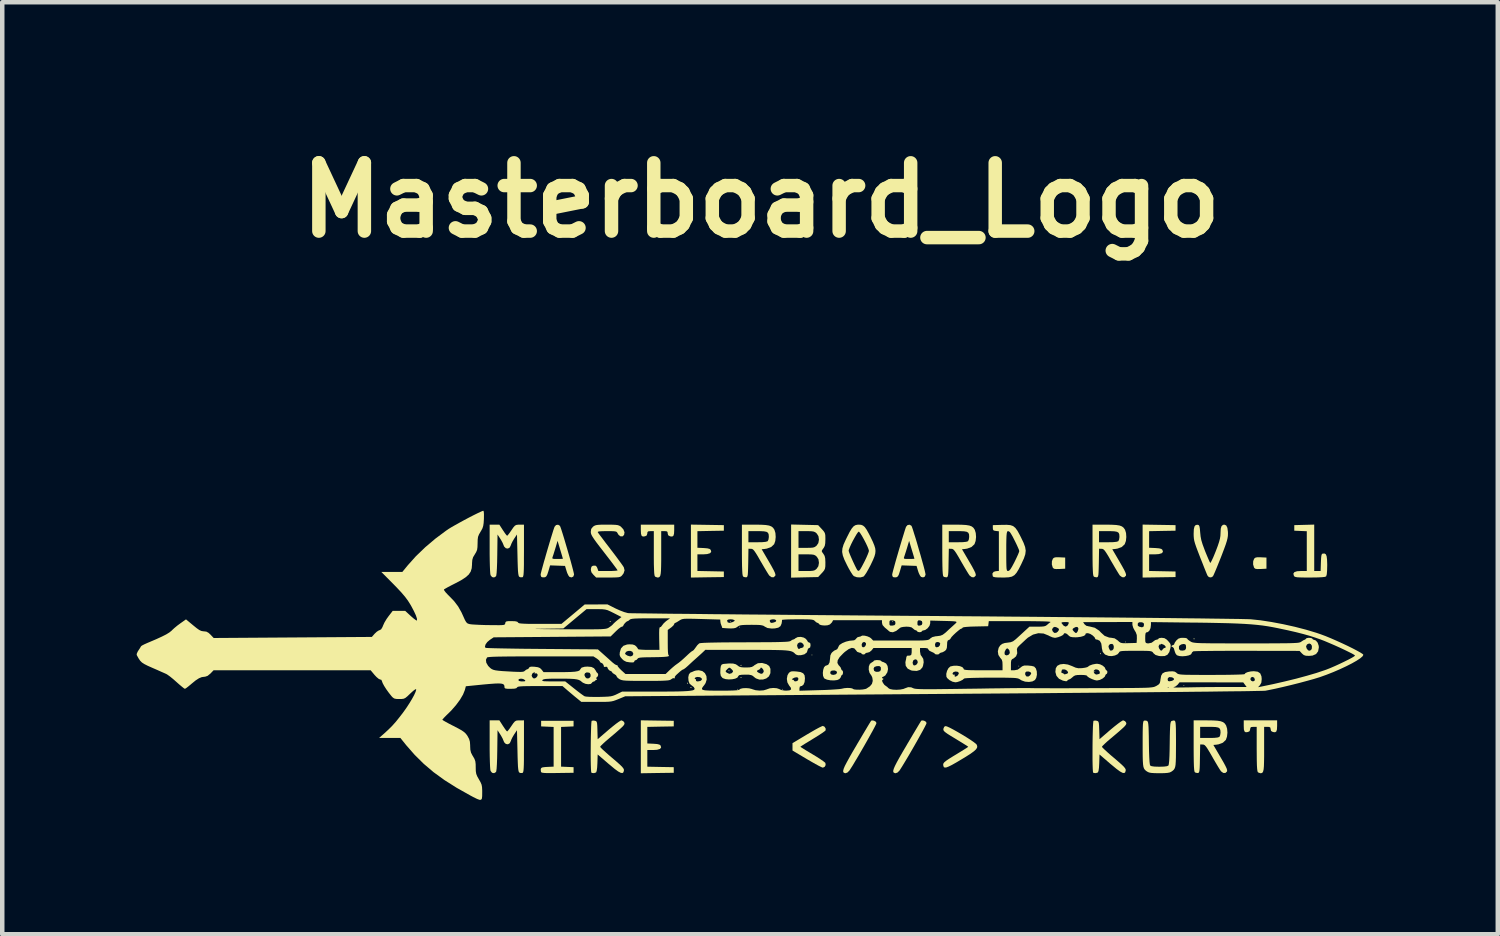
<source format=kicad_pcb>
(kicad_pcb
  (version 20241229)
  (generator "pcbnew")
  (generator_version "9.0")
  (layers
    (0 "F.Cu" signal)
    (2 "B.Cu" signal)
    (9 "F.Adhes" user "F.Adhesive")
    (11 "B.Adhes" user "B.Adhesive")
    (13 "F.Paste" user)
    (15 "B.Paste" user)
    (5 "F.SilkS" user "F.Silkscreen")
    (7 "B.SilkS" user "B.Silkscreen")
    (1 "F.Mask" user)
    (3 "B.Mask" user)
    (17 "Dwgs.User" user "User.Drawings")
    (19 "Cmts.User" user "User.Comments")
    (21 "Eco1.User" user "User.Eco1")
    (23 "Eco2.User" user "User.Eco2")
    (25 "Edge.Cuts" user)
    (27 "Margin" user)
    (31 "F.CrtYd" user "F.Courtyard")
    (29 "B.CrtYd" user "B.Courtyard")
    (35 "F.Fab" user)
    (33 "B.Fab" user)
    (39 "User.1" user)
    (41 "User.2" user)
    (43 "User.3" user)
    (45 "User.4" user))
  (footprint "Masterboard_Logo"
    (layer "F.Cu")
    (at 13.674 11.578)
    (property "Reference" "Masterboard_Logo" (at 0.262 -10.16 0) (layer "F.SilkS") (effects (font (size 1.524 1.524) (thickness 0.3))))
    (attr board_only exclude_from_pos_files exclude_from_bom)
    (fp_poly (pts (xy -0.414 -0.756) (xy -0.424 -0.745) (xy -0.435 -0.756) (xy -0.424 -0.766)) (stroke (width 0) (type solid)) (fill yes) (layer "F.SilkS"))
    (fp_poly (pts (xy -0.248 0.756) (xy -0.259 0.766) (xy -0.269 0.756) (xy -0.259 0.745)) (stroke (width 0) (type solid)) (fill yes) (layer "F.SilkS"))
    (fp_poly (pts (xy -0.207 -0.631) (xy -0.217 -0.621) (xy -0.228 -0.631) (xy -0.217 -0.642)) (stroke (width 0) (type solid)) (fill yes) (layer "F.SilkS"))
    (fp_poly (pts (xy 0.745 0.756) (xy 0.735 0.766) (xy 0.725 0.756) (xy 0.735 0.745)) (stroke (width 0) (type solid)) (fill yes) (layer "F.SilkS"))
    (fp_poly (pts (xy 1.408 -0.01) (xy 1.397 0) (xy 1.387 -0.01) (xy 1.397 -0.021)) (stroke (width 0) (type solid)) (fill yes) (layer "F.SilkS"))
    (fp_poly (pts (xy 3.209 -0.756) (xy 3.198 -0.745) (xy 3.188 -0.756) (xy 3.198 -0.766)) (stroke (width 0) (type solid)) (fill yes) (layer "F.SilkS"))
    (fp_poly (pts (xy 6.024 0.238) (xy 6.014 0.248) (xy 6.003 0.238) (xy 6.014 0.228)) (stroke (width 0) (type solid)) (fill yes) (layer "F.SilkS"))
    (fp_poly (pts (xy 7.721 0.362) (xy 7.711 0.373) (xy 7.701 0.362) (xy 7.711 0.352)) (stroke (width 0) (type solid)) (fill yes) (layer "F.SilkS"))
    (fp_poly (pts (xy 8.405 -0.3) (xy 8.394 -0.29) (xy 8.384 -0.3) (xy 8.394 -0.311)) (stroke (width 0) (type solid)) (fill yes) (layer "F.SilkS"))
    (fp_poly (pts (xy 9.191 -0.238) (xy 9.181 -0.228) (xy 9.17 -0.238) (xy 9.181 -0.248)) (stroke (width 0) (type solid)) (fill yes) (layer "F.SilkS"))
    (fp_poly (pts (xy 9.709 0.673) (xy 9.698 0.683) (xy 9.688 0.673) (xy 9.698 0.662)) (stroke (width 0) (type solid)) (fill yes) (layer "F.SilkS"))
    (fp_poly (pts (xy -3.091 -0.759) (xy -3.094 -0.747) (xy -3.105 -0.745) (xy -3.122 -0.753) (xy -3.119 -0.759) (xy -3.094 -0.762)) (stroke (width 0) (type solid)) (fill yes) (layer "F.SilkS"))
    (fp_poly (pts (xy -1.373 0.607) (xy -1.371 0.632) (xy -1.373 0.635) (xy -1.385 0.632) (xy -1.387 0.621) (xy -1.379 0.604)) (stroke (width 0) (type solid)) (fill yes) (layer "F.SilkS"))
    (fp_poly (pts (xy -1.29 0.711) (xy -1.293 0.723) (xy -1.304 0.725) (xy -1.321 0.717) (xy -1.318 0.711) (xy -1.293 0.708)) (stroke (width 0) (type solid)) (fill yes) (layer "F.SilkS"))
    (fp_poly (pts (xy -0.442 0.338) (xy -0.444 0.35) (xy -0.455 0.352) (xy -0.472 0.344) (xy -0.469 0.338) (xy -0.445 0.336)) (stroke (width 0) (type solid)) (fill yes) (layer "F.SilkS"))
    (fp_poly (pts (xy -0.173 0.214) (xy -0.175 0.226) (xy -0.186 0.228) (xy -0.203 0.22) (xy -0.2 0.214) (xy -0.176 0.211)) (stroke (width 0) (type solid)) (fill yes) (layer "F.SilkS"))
    (fp_poly (pts (xy -0.173 0.483) (xy -0.175 0.495) (xy -0.186 0.497) (xy -0.203 0.489) (xy -0.2 0.483) (xy -0.176 0.481)) (stroke (width 0) (type solid)) (fill yes) (layer "F.SilkS"))
    (fp_poly (pts (xy 7.839 -0.055) (xy 7.841 -0.031) (xy 7.839 -0.028) (xy 7.826 -0.03) (xy 7.825 -0.041) (xy 7.833 -0.058)) (stroke (width 0) (type solid)) (fill yes) (layer "F.SilkS"))
    (fp_poly (pts (xy 9.93 -0.386) (xy 9.932 -0.362) (xy 9.93 -0.359) (xy 9.917 -0.362) (xy 9.916 -0.373) (xy 9.923 -0.39)) (stroke (width 0) (type solid)) (fill yes) (layer "F.SilkS"))
    (fp_poly (pts (xy 6.925 -2.19) (xy 7.049 -2.184) (xy 7.049 -1.936) (xy 6.921 -1.929) (xy 6.848 -1.928) (xy 6.805 -1.933) (xy 6.781 -1.949) (xy 6.77 -1.964) (xy 6.751 -2.031) (xy 6.753 -2.104) (xy 6.775 -2.16) (xy 6.8 -2.181) (xy 6.841 -2.191) (xy 6.91 -2.191)) (stroke (width 0) (type solid)) (fill yes) (layer "F.SilkS"))
    (fp_poly (pts (xy 11.417 -2.19) (xy 11.541 -2.184) (xy 11.541 -1.936) (xy 11.413 -1.929) (xy 11.34 -1.928) (xy 11.297 -1.933) (xy 11.273 -1.949) (xy 11.263 -1.964) (xy 11.243 -2.031) (xy 11.245 -2.104) (xy 11.267 -2.16) (xy 11.292 -2.181) (xy 11.333 -2.191) (xy 11.402 -2.191)) (stroke (width 0) (type solid)) (fill yes) (layer "F.SilkS"))
    (fp_poly (pts (xy 9.145 -2.914) (xy 9.512 -2.908) (xy 9.512 -2.784) (xy 9.217 -2.779) (xy 8.922 -2.773) (xy 8.922 -2.403) (xy 9.06 -2.397) (xy 9.144 -2.39) (xy 9.195 -2.377) (xy 9.219 -2.356) (xy 9.231 -2.312) (xy 9.204 -2.281) (xy 9.139 -2.262) (xy 9.054 -2.256) (xy 8.922 -2.256) (xy 8.922 -1.885) (xy 9.217 -1.879) (xy 9.512 -1.873) (xy 9.512 -1.749) (xy 8.777 -1.738) (xy 8.777 -2.92)) (stroke (width 0) (type solid)) (fill yes) (layer "F.SilkS"))
    (fp_poly (pts (xy -2.055 1.454) (xy -1.687 1.459) (xy -1.687 1.584) (xy -1.982 1.589) (xy -2.277 1.595) (xy -2.277 1.965) (xy -2.14 1.971) (xy -2.055 1.978) (xy -2.005 1.991) (xy -1.98 2.011) (xy -1.969 2.056) (xy -1.995 2.087) (xy -2.06 2.106) (xy -2.145 2.111) (xy -2.277 2.111) (xy -2.277 2.483) (xy -1.982 2.489) (xy -1.687 2.494) (xy -1.687 2.619) (xy -2.055 2.624) (xy -2.422 2.63) (xy -2.422 1.448)) (stroke (width 0) (type solid)) (fill yes) (layer "F.SilkS"))
    (fp_poly (pts (xy -0.937 -2.914) (xy -0.569 -2.908) (xy -0.569 -2.784) (xy -0.864 -2.779) (xy -1.159 -2.773) (xy -1.159 -2.403) (xy -1.022 -2.397) (xy -0.937 -2.39) (xy -0.887 -2.377) (xy -0.862 -2.356) (xy -0.851 -2.312) (xy -0.878 -2.281) (xy -0.942 -2.262) (xy -1.027 -2.256) (xy -1.159 -2.256) (xy -1.159 -1.885) (xy -0.864 -1.879) (xy -0.569 -1.873) (xy -0.569 -1.749) (xy -0.937 -1.744) (xy -1.304 -1.738) (xy -1.304 -2.92)) (stroke (width 0) (type solid)) (fill yes) (layer "F.SilkS"))
    (fp_poly (pts (xy -3.923 1.584) (xy -4.202 1.596) (xy -4.202 2.482) (xy -3.923 2.494) (xy -3.923 2.619) (xy -4.28 2.624) (xy -4.413 2.626) (xy -4.51 2.626) (xy -4.577 2.623) (xy -4.619 2.618) (xy -4.641 2.61) (xy -4.65 2.6) (xy -4.656 2.553) (xy -4.654 2.532) (xy -4.643 2.511) (xy -4.614 2.498) (xy -4.558 2.491) (xy -4.507 2.488) (xy -4.368 2.482) (xy -4.368 1.596) (xy -4.647 1.584) (xy -4.647 1.459) (xy -3.923 1.459)) (stroke (width 0) (type solid)) (fill yes) (layer "F.SilkS"))
    (fp_poly (pts (xy 2.783 1.457) (xy 2.827 1.483) (xy 2.836 1.513) (xy 2.826 1.539) (xy 2.798 1.595) (xy 2.755 1.676) (xy 2.7 1.775) (xy 2.637 1.888) (xy 2.569 2.008) (xy 2.498 2.131) (xy 2.429 2.25) (xy 2.363 2.36) (xy 2.306 2.456) (xy 2.258 2.531) (xy 2.231 2.572) (xy 2.187 2.615) (xy 2.139 2.63) (xy 2.105 2.615) (xy 2.095 2.597) (xy 2.095 2.569) (xy 2.106 2.527) (xy 2.131 2.468) (xy 2.172 2.389) (xy 2.229 2.285) (xy 2.304 2.153) (xy 2.4 1.99) (xy 2.4 1.989) (xy 2.479 1.856) (xy 2.551 1.734) (xy 2.614 1.629) (xy 2.664 1.545) (xy 2.7 1.486) (xy 2.719 1.457) (xy 2.72 1.455) (xy 2.746 1.451)) (stroke (width 0) (type solid)) (fill yes) (layer "F.SilkS"))
    (fp_poly (pts (xy 3.901 1.457) (xy 3.945 1.483) (xy 3.954 1.513) (xy 3.944 1.539) (xy 3.916 1.595) (xy 3.873 1.676) (xy 3.818 1.775) (xy 3.755 1.888) (xy 3.687 2.008) (xy 3.616 2.131) (xy 3.547 2.25) (xy 3.481 2.36) (xy 3.423 2.456) (xy 3.376 2.531) (xy 3.349 2.572) (xy 3.305 2.615) (xy 3.257 2.63) (xy 3.222 2.615) (xy 3.212 2.597) (xy 3.212 2.569) (xy 3.224 2.527) (xy 3.249 2.468) (xy 3.289 2.389) (xy 3.346 2.285) (xy 3.422 2.153) (xy 3.518 1.99) (xy 3.518 1.989) (xy 3.597 1.856) (xy 3.669 1.734) (xy 3.732 1.629) (xy 3.782 1.545) (xy 3.818 1.486) (xy 3.836 1.457) (xy 3.838 1.455) (xy 3.864 1.451)) (stroke (width 0) (type solid)) (fill yes) (layer "F.SilkS"))
    (fp_poly (pts (xy 1.678 1.591) (xy 1.703 1.631) (xy 1.703 1.671) (xy 1.683 1.69) (xy 1.634 1.726) (xy 1.561 1.774) (xy 1.472 1.83) (xy 1.416 1.864) (xy 1.322 1.922) (xy 1.241 1.971) (xy 1.18 2.01) (xy 1.145 2.033) (xy 1.139 2.038) (xy 1.155 2.05) (xy 1.202 2.08) (xy 1.271 2.123) (xy 1.358 2.175) (xy 1.408 2.205) (xy 1.504 2.263) (xy 1.587 2.317) (xy 1.651 2.361) (xy 1.689 2.391) (xy 1.697 2.4) (xy 1.703 2.446) (xy 1.681 2.486) (xy 1.641 2.505) (xy 1.64 2.505) (xy 1.611 2.494) (xy 1.554 2.466) (xy 1.474 2.423) (xy 1.378 2.368) (xy 1.283 2.313) (xy 0.963 2.122) (xy 0.963 1.958) (xy 1.283 1.766) (xy 1.389 1.704) (xy 1.483 1.65) (xy 1.561 1.608) (xy 1.616 1.582) (xy 1.64 1.573)) (stroke (width 0) (type solid)) (fill yes) (layer "F.SilkS"))
    (fp_poly (pts (xy 12.607 -1.884) (xy 12.75 -1.884) (xy 12.756 -2.075) (xy 12.76 -2.166) (xy 12.766 -2.224) (xy 12.775 -2.256) (xy 12.79 -2.271) (xy 12.799 -2.273) (xy 12.839 -2.274) (xy 12.866 -2.257) (xy 12.884 -2.214) (xy 12.893 -2.143) (xy 12.897 -2.036) (xy 12.897 -2.01) (xy 12.894 -1.891) (xy 12.887 -1.81) (xy 12.874 -1.767) (xy 12.872 -1.764) (xy 12.844 -1.753) (xy 12.782 -1.746) (xy 12.685 -1.741) (xy 12.55 -1.739) (xy 12.51 -1.739) (xy 12.384 -1.739) (xy 12.292 -1.741) (xy 12.23 -1.744) (xy 12.191 -1.751) (xy 12.168 -1.76) (xy 12.156 -1.773) (xy 12.154 -1.776) (xy 12.141 -1.825) (xy 12.164 -1.859) (xy 12.224 -1.879) (xy 12.308 -1.884) (xy 12.441 -1.884) (xy 12.441 -2.772) (xy 12.162 -2.784) (xy 12.162 -2.908) (xy 12.384 -2.914) (xy 12.607 -2.92)) (stroke (width 0) (type solid)) (fill yes) (layer "F.SilkS"))
    (fp_poly (pts (xy -1.677 -2.796) (xy -1.681 -2.716) (xy -1.695 -2.67) (xy -1.723 -2.653) (xy -1.771 -2.658) (xy -1.771 -2.659) (xy -1.812 -2.682) (xy -1.822 -2.723) (xy -1.827 -2.757) (xy -1.852 -2.772) (xy -1.894 -2.774) (xy -1.967 -2.774) (xy -1.967 -2.281) (xy -1.967 -2.117) (xy -1.969 -1.99) (xy -1.972 -1.895) (xy -1.978 -1.827) (xy -1.987 -1.782) (xy -2.001 -1.756) (xy -2.019 -1.743) (xy -2.043 -1.739) (xy -2.049 -1.739) (xy -2.093 -1.753) (xy -2.107 -1.764) (xy -2.116 -1.786) (xy -2.123 -1.836) (xy -2.127 -1.917) (xy -2.131 -2.032) (xy -2.132 -2.183) (xy -2.132 -2.281) (xy -2.132 -2.774) (xy -2.205 -2.774) (xy -2.254 -2.77) (xy -2.274 -2.753) (xy -2.277 -2.723) (xy -2.29 -2.678) (xy -2.328 -2.659) (xy -2.375 -2.653) (xy -2.404 -2.67) (xy -2.418 -2.715) (xy -2.422 -2.796) (xy -2.422 -2.919) (xy -1.677 -2.919)) (stroke (width 0) (type solid)) (fill yes) (layer "F.SilkS"))
    (fp_poly (pts (xy 11.779 1.572) (xy 11.775 1.652) (xy 11.761 1.698) (xy 11.732 1.715) (xy 11.685 1.709) (xy 11.684 1.709) (xy 11.644 1.686) (xy 11.634 1.645) (xy 11.628 1.611) (xy 11.604 1.596) (xy 11.561 1.594) (xy 11.489 1.594) (xy 11.489 2.087) (xy 11.489 2.251) (xy 11.487 2.378) (xy 11.484 2.473) (xy 11.478 2.541) (xy 11.468 2.586) (xy 11.455 2.612) (xy 11.436 2.625) (xy 11.413 2.629) (xy 11.406 2.629) (xy 11.363 2.615) (xy 11.348 2.604) (xy 11.34 2.582) (xy 11.333 2.531) (xy 11.328 2.451) (xy 11.325 2.336) (xy 11.324 2.185) (xy 11.323 2.087) (xy 11.323 1.594) (xy 11.251 1.594) (xy 11.202 1.598) (xy 11.182 1.615) (xy 11.178 1.645) (xy 11.165 1.69) (xy 11.128 1.709) (xy 11.08 1.715) (xy 11.052 1.698) (xy 11.037 1.652) (xy 11.034 1.572) (xy 11.034 1.449) (xy 11.779 1.449)) (stroke (width 0) (type solid)) (fill yes) (layer "F.SilkS"))
    (fp_poly (pts (xy 4.413 1.586) (xy 4.473 1.613) (xy 4.553 1.655) (xy 4.646 1.707) (xy 4.745 1.765) (xy 4.842 1.824) (xy 4.931 1.881) (xy 5.004 1.931) (xy 5.055 1.971) (xy 5.074 1.991) (xy 5.086 2.026) (xy 5.082 2.06) (xy 5.058 2.097) (xy 5.011 2.14) (xy 4.937 2.194) (xy 4.832 2.261) (xy 4.741 2.316) (xy 4.615 2.391) (xy 4.519 2.445) (xy 4.448 2.48) (xy 4.399 2.499) (xy 4.365 2.503) (xy 4.343 2.494) (xy 4.34 2.491) (xy 4.329 2.461) (xy 4.326 2.43) (xy 4.333 2.408) (xy 4.354 2.382) (xy 4.396 2.348) (xy 4.463 2.303) (xy 4.559 2.243) (xy 4.606 2.215) (xy 4.701 2.157) (xy 4.782 2.107) (xy 4.844 2.068) (xy 4.879 2.044) (xy 4.885 2.039) (xy 4.869 2.026) (xy 4.822 1.996) (xy 4.752 1.952) (xy 4.665 1.899) (xy 4.605 1.862) (xy 4.499 1.798) (xy 4.423 1.75) (xy 4.374 1.715) (xy 4.345 1.689) (xy 4.332 1.667) (xy 4.33 1.645) (xy 4.33 1.639) (xy 4.349 1.592) (xy 4.38 1.577)) (stroke (width 0) (type solid)) (fill yes) (layer "F.SilkS"))
    (fp_poly (pts (xy -5.03 -2.339) (xy -5.031 -2.167) (xy -5.031 -2.032) (xy -5.033 -1.93) (xy -5.036 -1.856) (xy -5.04 -1.804) (xy -5.046 -1.772) (xy -5.053 -1.754) (xy -5.063 -1.746) (xy -5.064 -1.745) (xy -5.109 -1.744) (xy -5.131 -1.753) (xy -5.143 -1.765) (xy -5.151 -1.789) (xy -5.158 -1.829) (xy -5.164 -1.891) (xy -5.168 -1.98) (xy -5.172 -2.101) (xy -5.175 -2.236) (xy -5.186 -2.699) (xy -5.248 -2.607) (xy -5.285 -2.545) (xy -5.313 -2.488) (xy -5.32 -2.466) (xy -5.347 -2.409) (xy -5.388 -2.385) (xy -5.434 -2.392) (xy -5.473 -2.431) (xy -5.487 -2.466) (xy -5.507 -2.514) (xy -5.541 -2.576) (xy -5.561 -2.608) (xy -5.62 -2.699) (xy -5.626 -2.246) (xy -5.629 -2.077) (xy -5.634 -1.943) (xy -5.64 -1.845) (xy -5.648 -1.785) (xy -5.654 -1.766) (xy -5.697 -1.74) (xy -5.742 -1.749) (xy -5.775 -1.79) (xy -5.776 -1.792) (xy -5.782 -1.827) (xy -5.787 -1.897) (xy -5.791 -1.997) (xy -5.794 -2.12) (xy -5.796 -2.261) (xy -5.796 -2.382) (xy -5.796 -2.919) (xy -5.688 -2.919) (xy -5.579 -2.918) (xy -5.499 -2.794) (xy -5.458 -2.733) (xy -5.425 -2.689) (xy -5.406 -2.671) (xy -5.406 -2.67) (xy -5.389 -2.686) (xy -5.356 -2.728) (xy -5.314 -2.788) (xy -5.31 -2.794) (xy -5.266 -2.858) (xy -5.233 -2.895) (xy -5.202 -2.912) (xy -5.161 -2.918) (xy -5.129 -2.918) (xy -5.03 -2.919)) (stroke (width 0) (type solid)) (fill yes) (layer "F.SilkS"))
    (fp_poly (pts (xy -5.03 2.029) (xy -5.031 2.201) (xy -5.031 2.336) (xy -5.033 2.438) (xy -5.036 2.512) (xy -5.04 2.563) (xy -5.046 2.596) (xy -5.053 2.614) (xy -5.063 2.622) (xy -5.064 2.623) (xy -5.109 2.624) (xy -5.131 2.615) (xy -5.143 2.603) (xy -5.151 2.579) (xy -5.158 2.539) (xy -5.164 2.476) (xy -5.168 2.387) (xy -5.172 2.266) (xy -5.175 2.131) (xy -5.186 1.669) (xy -5.248 1.761) (xy -5.285 1.823) (xy -5.313 1.88) (xy -5.32 1.902) (xy -5.347 1.959) (xy -5.388 1.983) (xy -5.434 1.976) (xy -5.473 1.937) (xy -5.487 1.902) (xy -5.507 1.854) (xy -5.541 1.792) (xy -5.561 1.76) (xy -5.62 1.669) (xy -5.626 2.122) (xy -5.629 2.29) (xy -5.634 2.425) (xy -5.64 2.523) (xy -5.648 2.583) (xy -5.654 2.602) (xy -5.697 2.628) (xy -5.742 2.619) (xy -5.775 2.578) (xy -5.776 2.576) (xy -5.782 2.541) (xy -5.787 2.471) (xy -5.791 2.371) (xy -5.794 2.248) (xy -5.796 2.107) (xy -5.796 1.986) (xy -5.796 1.449) (xy -5.688 1.449) (xy -5.579 1.449) (xy -5.499 1.573) (xy -5.458 1.634) (xy -5.425 1.679) (xy -5.406 1.697) (xy -5.406 1.697) (xy -5.389 1.682) (xy -5.356 1.64) (xy -5.314 1.58) (xy -5.31 1.574) (xy -5.266 1.51) (xy -5.233 1.473) (xy -5.202 1.455) (xy -5.161 1.45) (xy -5.129 1.45) (xy -5.03 1.449)) (stroke (width 0) (type solid)) (fill yes) (layer "F.SilkS"))
    (fp_poly (pts (xy -4.228 -2.893) (xy -4.216 -2.866) (xy -4.195 -2.805) (xy -4.167 -2.717) (xy -4.134 -2.61) (xy -4.098 -2.488) (xy -4.06 -2.359) (xy -4.023 -2.23) (xy -3.988 -2.107) (xy -3.958 -1.996) (xy -3.934 -1.904) (xy -3.918 -1.838) (xy -3.912 -1.805) (xy -3.912 -1.805) (xy -3.929 -1.76) (xy -3.968 -1.741) (xy -4.014 -1.753) (xy -4.038 -1.784) (xy -4.065 -1.84) (xy -4.08 -1.886) (xy -4.114 -1.998) (xy -4.28 -2.004) (xy -4.447 -2.01) (xy -4.485 -1.879) (xy -4.509 -1.807) (xy -4.53 -1.767) (xy -4.554 -1.748) (xy -4.576 -1.743) (xy -4.621 -1.744) (xy -4.643 -1.752) (xy -4.655 -1.783) (xy -4.658 -1.808) (xy -4.652 -1.837) (xy -4.636 -1.9) (xy -4.612 -1.988) (xy -4.582 -2.097) (xy -4.559 -2.174) (xy -4.398 -2.174) (xy -4.39 -2.16) (xy -4.359 -2.154) (xy -4.295 -2.153) (xy -4.285 -2.153) (xy -4.219 -2.154) (xy -4.175 -2.156) (xy -4.161 -2.158) (xy -4.167 -2.179) (xy -4.182 -2.23) (xy -4.204 -2.304) (xy -4.221 -2.36) (xy -4.28 -2.557) (xy -4.326 -2.402) (xy -4.351 -2.321) (xy -4.373 -2.25) (xy -4.389 -2.204) (xy -4.39 -2.2) (xy -4.398 -2.174) (xy -4.559 -2.174) (xy -4.547 -2.218) (xy -4.51 -2.346) (xy -4.472 -2.474) (xy -4.436 -2.595) (xy -4.403 -2.702) (xy -4.376 -2.79) (xy -4.355 -2.851) (xy -4.347 -2.872) (xy -4.314 -2.91) (xy -4.268 -2.917)) (stroke (width 0) (type solid)) (fill yes) (layer "F.SilkS"))
    (fp_poly (pts (xy 3.618 -2.893) (xy 3.63 -2.866) (xy 3.651 -2.805) (xy 3.678 -2.717) (xy 3.712 -2.61) (xy 3.748 -2.488) (xy 3.785 -2.359) (xy 3.823 -2.23) (xy 3.857 -2.107) (xy 3.888 -1.996) (xy 3.912 -1.904) (xy 3.927 -1.838) (xy 3.933 -1.805) (xy 3.933 -1.805) (xy 3.917 -1.76) (xy 3.878 -1.741) (xy 3.832 -1.753) (xy 3.808 -1.784) (xy 3.781 -1.84) (xy 3.765 -1.886) (xy 3.732 -1.998) (xy 3.565 -2.004) (xy 3.399 -2.01) (xy 3.36 -1.879) (xy 3.337 -1.807) (xy 3.316 -1.767) (xy 3.291 -1.748) (xy 3.269 -1.743) (xy 3.224 -1.744) (xy 3.203 -1.752) (xy 3.19 -1.783) (xy 3.188 -1.808) (xy 3.194 -1.837) (xy 3.21 -1.9) (xy 3.234 -1.988) (xy 3.264 -2.097) (xy 3.286 -2.174) (xy 3.448 -2.174) (xy 3.455 -2.16) (xy 3.487 -2.154) (xy 3.55 -2.153) (xy 3.561 -2.153) (xy 3.626 -2.154) (xy 3.671 -2.156) (xy 3.684 -2.158) (xy 3.679 -2.179) (xy 3.664 -2.23) (xy 3.642 -2.304) (xy 3.625 -2.36) (xy 3.566 -2.557) (xy 3.52 -2.402) (xy 3.495 -2.321) (xy 3.472 -2.25) (xy 3.457 -2.204) (xy 3.455 -2.2) (xy 3.448 -2.174) (xy 3.286 -2.174) (xy 3.299 -2.218) (xy 3.336 -2.346) (xy 3.374 -2.474) (xy 3.41 -2.595) (xy 3.443 -2.702) (xy 3.47 -2.79) (xy 3.49 -2.851) (xy 3.498 -2.872) (xy 3.532 -2.91) (xy 3.578 -2.917)) (stroke (width 0) (type solid)) (fill yes) (layer "F.SilkS"))
    (fp_poly (pts (xy 10.643 -2.901) (xy 10.669 -2.848) (xy 10.681 -2.758) (xy 10.682 -2.715) (xy 10.68 -2.667) (xy 10.672 -2.616) (xy 10.657 -2.555) (xy 10.633 -2.479) (xy 10.597 -2.38) (xy 10.549 -2.253) (xy 10.525 -2.191) (xy 10.476 -2.069) (xy 10.432 -1.96) (xy 10.394 -1.869) (xy 10.365 -1.803) (xy 10.348 -1.768) (xy 10.346 -1.765) (xy 10.304 -1.741) (xy 10.257 -1.748) (xy 10.228 -1.777) (xy 10.214 -1.807) (xy 10.188 -1.87) (xy 10.153 -1.957) (xy 10.111 -2.064) (xy 10.064 -2.181) (xy 10.062 -2.187) (xy 10.011 -2.319) (xy 9.973 -2.42) (xy 9.947 -2.497) (xy 9.93 -2.558) (xy 9.921 -2.611) (xy 9.917 -2.663) (xy 9.916 -2.716) (xy 9.92 -2.816) (xy 9.935 -2.879) (xy 9.963 -2.911) (xy 10.005 -2.916) (xy 10.013 -2.915) (xy 10.033 -2.905) (xy 10.046 -2.878) (xy 10.055 -2.825) (xy 10.062 -2.743) (xy 10.071 -2.656) (xy 10.087 -2.573) (xy 10.115 -2.48) (xy 10.157 -2.367) (xy 10.171 -2.329) (xy 10.21 -2.234) (xy 10.244 -2.154) (xy 10.27 -2.095) (xy 10.285 -2.066) (xy 10.286 -2.064) (xy 10.298 -2.077) (xy 10.322 -2.122) (xy 10.355 -2.193) (xy 10.392 -2.283) (xy 10.409 -2.325) (xy 10.454 -2.444) (xy 10.484 -2.535) (xy 10.503 -2.606) (xy 10.513 -2.668) (xy 10.516 -2.73) (xy 10.516 -2.735) (xy 10.521 -2.828) (xy 10.538 -2.885) (xy 10.57 -2.914) (xy 10.602 -2.919)) (stroke (width 0) (type solid)) (fill yes) (layer "F.SilkS"))
    (fp_poly (pts (xy -2.816 1.466) (xy -2.794 1.492) (xy -2.787 1.51) (xy -2.788 1.53) (xy -2.8 1.554) (xy -2.828 1.587) (xy -2.875 1.631) (xy -2.944 1.692) (xy -3.038 1.773) (xy -3.133 1.853) (xy -3.208 1.917) (xy -3.27 1.974) (xy -3.313 2.016) (xy -3.33 2.038) (xy -3.33 2.039) (xy -3.315 2.059) (xy -3.274 2.1) (xy -3.21 2.158) (xy -3.131 2.228) (xy -3.062 2.287) (xy -2.961 2.373) (xy -2.889 2.437) (xy -2.841 2.484) (xy -2.813 2.519) (xy -2.8 2.545) (xy -2.799 2.566) (xy -2.81 2.607) (xy -2.832 2.625) (xy -2.87 2.62) (xy -2.927 2.59) (xy -3.005 2.533) (xy -3.107 2.448) (xy -3.14 2.421) (xy -3.385 2.21) (xy -3.391 2.403) (xy -3.397 2.507) (xy -3.407 2.577) (xy -3.42 2.611) (xy -3.422 2.612) (xy -3.467 2.627) (xy -3.512 2.623) (xy -3.526 2.615) (xy -3.531 2.59) (xy -3.535 2.53) (xy -3.538 2.443) (xy -3.54 2.334) (xy -3.541 2.209) (xy -3.54 2.077) (xy -3.539 1.942) (xy -3.537 1.812) (xy -3.534 1.694) (xy -3.531 1.592) (xy -3.527 1.515) (xy -3.522 1.469) (xy -3.518 1.459) (xy -3.483 1.453) (xy -3.446 1.458) (xy -3.423 1.466) (xy -3.408 1.481) (xy -3.399 1.512) (xy -3.394 1.567) (xy -3.391 1.654) (xy -3.391 1.67) (xy -3.385 1.87) (xy -3.14 1.659) (xy -3.053 1.587) (xy -2.975 1.525) (xy -2.911 1.479) (xy -2.868 1.453) (xy -2.856 1.449)) (stroke (width 0) (type solid)) (fill yes) (layer "F.SilkS"))
    (fp_poly (pts (xy 8.383 1.466) (xy 8.405 1.492) (xy 8.413 1.51) (xy 8.412 1.53) (xy 8.399 1.554) (xy 8.371 1.587) (xy 8.324 1.631) (xy 8.256 1.692) (xy 8.161 1.773) (xy 8.066 1.853) (xy 7.991 1.917) (xy 7.929 1.974) (xy 7.886 2.016) (xy 7.869 2.038) (xy 7.869 2.039) (xy 7.884 2.059) (xy 7.926 2.1) (xy 7.989 2.158) (xy 8.068 2.228) (xy 8.138 2.287) (xy 8.238 2.373) (xy 8.31 2.437) (xy 8.358 2.484) (xy 8.386 2.519) (xy 8.399 2.545) (xy 8.4 2.566) (xy 8.389 2.607) (xy 8.367 2.625) (xy 8.329 2.62) (xy 8.273 2.59) (xy 8.195 2.533) (xy 8.092 2.448) (xy 8.059 2.421) (xy 7.815 2.21) (xy 7.809 2.403) (xy 7.803 2.507) (xy 7.793 2.577) (xy 7.779 2.611) (xy 7.778 2.612) (xy 7.732 2.627) (xy 7.687 2.623) (xy 7.673 2.615) (xy 7.668 2.59) (xy 7.664 2.53) (xy 7.661 2.443) (xy 7.659 2.334) (xy 7.659 2.209) (xy 7.659 2.077) (xy 7.66 1.942) (xy 7.662 1.812) (xy 7.665 1.694) (xy 7.668 1.592) (xy 7.673 1.515) (xy 7.678 1.469) (xy 7.681 1.459) (xy 7.717 1.453) (xy 7.753 1.458) (xy 7.776 1.466) (xy 7.791 1.481) (xy 7.8 1.512) (xy 7.805 1.567) (xy 7.808 1.654) (xy 7.809 1.67) (xy 7.815 1.87) (xy 8.059 1.659) (xy 8.146 1.587) (xy 8.225 1.525) (xy 8.288 1.479) (xy 8.331 1.453) (xy 8.343 1.449)) (stroke (width 0) (type solid)) (fill yes) (layer "F.SilkS"))
    (fp_poly (pts (xy 5.826 -2.908) (xy 5.887 -2.887) (xy 5.937 -2.846) (xy 5.984 -2.782) (xy 6.036 -2.687) (xy 6.066 -2.627) (xy 6.121 -2.512) (xy 6.155 -2.419) (xy 6.168 -2.339) (xy 6.159 -2.259) (xy 6.129 -2.168) (xy 6.077 -2.055) (xy 6.068 -2.035) (xy 6.011 -1.923) (xy 5.962 -1.843) (xy 5.915 -1.791) (xy 5.86 -1.759) (xy 5.79 -1.744) (xy 5.697 -1.739) (xy 5.648 -1.739) (xy 5.549 -1.74) (xy 5.484 -1.745) (xy 5.447 -1.754) (xy 5.432 -1.768) (xy 5.432 -1.769) (xy 5.424 -1.827) (xy 5.453 -1.866) (xy 5.501 -1.88) (xy 5.569 -1.886) (xy 5.569 -2.329) (xy 5.734 -2.329) (xy 5.734 -2.182) (xy 5.735 -2.072) (xy 5.737 -1.993) (xy 5.74 -1.94) (xy 5.746 -1.907) (xy 5.754 -1.891) (xy 5.765 -1.885) (xy 5.775 -1.884) (xy 5.799 -1.893) (xy 5.828 -1.925) (xy 5.864 -1.984) (xy 5.913 -2.076) (xy 5.92 -2.09) (xy 5.962 -2.177) (xy 5.996 -2.251) (xy 6.018 -2.306) (xy 6.024 -2.329) (xy 6.015 -2.362) (xy 5.99 -2.42) (xy 5.956 -2.494) (xy 5.916 -2.574) (xy 5.877 -2.651) (xy 5.841 -2.713) (xy 5.816 -2.751) (xy 5.809 -2.758) (xy 5.785 -2.772) (xy 5.767 -2.774) (xy 5.754 -2.761) (xy 5.745 -2.728) (xy 5.739 -2.67) (xy 5.736 -2.584) (xy 5.734 -2.464) (xy 5.734 -2.329) (xy 5.569 -2.329) (xy 5.569 -2.771) (xy 5.501 -2.778) (xy 5.455 -2.787) (xy 5.437 -2.811) (xy 5.434 -2.846) (xy 5.434 -2.908) (xy 5.643 -2.914) (xy 5.748 -2.915)) (stroke (width 0) (type solid)) (fill yes) (layer "F.SilkS"))
    (fp_poly (pts (xy 1.233 -2.915) (xy 1.535 -2.908) (xy 1.616 -2.821) (xy 1.659 -2.773) (xy 1.684 -2.733) (xy 1.695 -2.687) (xy 1.697 -2.62) (xy 1.697 -2.591) (xy 1.694 -2.504) (xy 1.683 -2.445) (xy 1.661 -2.402) (xy 1.656 -2.396) (xy 1.627 -2.355) (xy 1.615 -2.329) (xy 1.615 -2.329) (xy 1.626 -2.304) (xy 1.654 -2.264) (xy 1.656 -2.262) (xy 1.68 -2.221) (xy 1.693 -2.165) (xy 1.697 -2.084) (xy 1.697 -2.066) (xy 1.696 -1.989) (xy 1.688 -1.938) (xy 1.669 -1.898) (xy 1.633 -1.854) (xy 1.616 -1.836) (xy 1.535 -1.749) (xy 1.233 -1.743) (xy 0.932 -1.736) (xy 0.932 -1.884) (xy 1.097 -1.884) (xy 1.274 -1.884) (xy 1.362 -1.885) (xy 1.42 -1.89) (xy 1.458 -1.901) (xy 1.487 -1.921) (xy 1.502 -1.935) (xy 1.54 -1.991) (xy 1.553 -2.063) (xy 1.553 -2.07) (xy 1.542 -2.145) (xy 1.506 -2.202) (xy 1.502 -2.206) (xy 1.473 -2.231) (xy 1.44 -2.246) (xy 1.394 -2.253) (xy 1.321 -2.256) (xy 1.274 -2.256) (xy 1.097 -2.256) (xy 1.097 -1.884) (xy 0.932 -1.884) (xy 0.932 -2.401) (xy 1.097 -2.401) (xy 1.274 -2.401) (xy 1.362 -2.402) (xy 1.42 -2.407) (xy 1.458 -2.419) (xy 1.487 -2.439) (xy 1.502 -2.452) (xy 1.54 -2.508) (xy 1.553 -2.581) (xy 1.553 -2.588) (xy 1.542 -2.662) (xy 1.506 -2.719) (xy 1.502 -2.723) (xy 1.473 -2.748) (xy 1.44 -2.763) (xy 1.394 -2.771) (xy 1.321 -2.774) (xy 1.274 -2.774) (xy 1.097 -2.774) (xy 1.097 -2.401) (xy 0.932 -2.401) (xy 0.932 -2.922)) (stroke (width 0) (type solid)) (fill yes) (layer "F.SilkS"))
    (fp_poly (pts (xy 0.262 -2.917) (xy 0.365 -2.911) (xy 0.439 -2.899) (xy 0.491 -2.879) (xy 0.529 -2.85) (xy 0.557 -2.809) (xy 0.56 -2.804) (xy 0.582 -2.732) (xy 0.588 -2.643) (xy 0.579 -2.555) (xy 0.555 -2.486) (xy 0.552 -2.481) (xy 0.487 -2.42) (xy 0.39 -2.384) (xy 0.339 -2.376) (xy 0.275 -2.37) (xy 0.437 -2.093) (xy 0.5 -1.983) (xy 0.544 -1.902) (xy 0.57 -1.846) (xy 0.582 -1.808) (xy 0.581 -1.783) (xy 0.578 -1.778) (xy 0.542 -1.744) (xy 0.495 -1.746) (xy 0.447 -1.781) (xy 0.441 -1.788) (xy 0.418 -1.823) (xy 0.379 -1.886) (xy 0.329 -1.97) (xy 0.273 -2.066) (xy 0.248 -2.108) (xy 0.188 -2.214) (xy 0.142 -2.288) (xy 0.109 -2.336) (xy 0.083 -2.364) (xy 0.06 -2.377) (xy 0.037 -2.38) (xy -0.02 -2.381) (xy -0.025 -2.065) (xy -0.028 -1.944) (xy -0.031 -1.859) (xy -0.035 -1.802) (xy -0.042 -1.769) (xy -0.052 -1.751) (xy -0.066 -1.744) (xy -0.073 -1.743) (xy -0.119 -1.75) (xy -0.14 -1.763) (xy -0.148 -1.783) (xy -0.155 -1.826) (xy -0.159 -1.895) (xy -0.163 -1.995) (xy -0.165 -2.129) (xy -0.166 -2.3) (xy -0.166 -2.354) (xy -0.166 -2.526) (xy -0.021 -2.526) (xy 0.182 -2.526) (xy 0.293 -2.528) (xy 0.369 -2.536) (xy 0.408 -2.549) (xy 0.41 -2.55) (xy 0.427 -2.587) (xy 0.435 -2.642) (xy 0.435 -2.65) (xy 0.431 -2.702) (xy 0.416 -2.737) (xy 0.382 -2.759) (xy 0.324 -2.77) (xy 0.233 -2.774) (xy 0.182 -2.774) (xy -0.021 -2.774) (xy -0.021 -2.526) (xy -0.166 -2.526) (xy -0.166 -2.919) (xy 0.125 -2.919)) (stroke (width 0) (type solid)) (fill yes) (layer "F.SilkS"))
    (fp_poly (pts (xy 4.734 -2.917) (xy 4.836 -2.911) (xy 4.91 -2.899) (xy 4.963 -2.879) (xy 5 -2.85) (xy 5.028 -2.809) (xy 5.031 -2.804) (xy 5.053 -2.732) (xy 5.06 -2.643) (xy 5.05 -2.555) (xy 5.026 -2.486) (xy 5.023 -2.481) (xy 4.958 -2.42) (xy 4.862 -2.384) (xy 4.811 -2.376) (xy 4.746 -2.37) (xy 4.908 -2.093) (xy 4.972 -1.983) (xy 5.015 -1.902) (xy 5.042 -1.846) (xy 5.053 -1.808) (xy 5.052 -1.783) (xy 5.05 -1.778) (xy 5.013 -1.744) (xy 4.966 -1.746) (xy 4.918 -1.781) (xy 4.913 -1.788) (xy 4.889 -1.823) (xy 4.85 -1.886) (xy 4.8 -1.97) (xy 4.744 -2.066) (xy 4.72 -2.108) (xy 4.659 -2.214) (xy 4.614 -2.288) (xy 4.58 -2.336) (xy 4.554 -2.364) (xy 4.531 -2.377) (xy 4.508 -2.38) (xy 4.452 -2.381) (xy 4.446 -2.065) (xy 4.444 -1.944) (xy 4.441 -1.859) (xy 4.436 -1.802) (xy 4.429 -1.769) (xy 4.419 -1.751) (xy 4.405 -1.744) (xy 4.399 -1.743) (xy 4.352 -1.75) (xy 4.331 -1.763) (xy 4.323 -1.783) (xy 4.317 -1.826) (xy 4.312 -1.895) (xy 4.309 -1.995) (xy 4.307 -2.129) (xy 4.306 -2.3) (xy 4.306 -2.354) (xy 4.306 -2.526) (xy 4.451 -2.526) (xy 4.654 -2.526) (xy 4.764 -2.528) (xy 4.841 -2.536) (xy 4.88 -2.549) (xy 4.881 -2.55) (xy 4.898 -2.587) (xy 4.906 -2.642) (xy 4.906 -2.65) (xy 4.903 -2.702) (xy 4.887 -2.737) (xy 4.854 -2.759) (xy 4.795 -2.77) (xy 4.705 -2.774) (xy 4.654 -2.774) (xy 4.451 -2.774) (xy 4.451 -2.526) (xy 4.306 -2.526) (xy 4.306 -2.919) (xy 4.597 -2.919)) (stroke (width 0) (type solid)) (fill yes) (layer "F.SilkS"))
    (fp_poly (pts (xy 8.087 -2.917) (xy 8.19 -2.911) (xy 8.264 -2.899) (xy 8.316 -2.879) (xy 8.353 -2.85) (xy 8.382 -2.809) (xy 8.385 -2.804) (xy 8.407 -2.732) (xy 8.413 -2.643) (xy 8.404 -2.555) (xy 8.379 -2.486) (xy 8.377 -2.481) (xy 8.312 -2.42) (xy 8.215 -2.384) (xy 8.164 -2.376) (xy 8.1 -2.37) (xy 8.262 -2.093) (xy 8.325 -1.983) (xy 8.369 -1.902) (xy 8.395 -1.846) (xy 8.407 -1.808) (xy 8.406 -1.783) (xy 8.403 -1.778) (xy 8.367 -1.744) (xy 8.32 -1.746) (xy 8.272 -1.781) (xy 8.266 -1.788) (xy 8.243 -1.823) (xy 8.204 -1.886) (xy 8.154 -1.97) (xy 8.098 -2.066) (xy 8.073 -2.108) (xy 8.013 -2.214) (xy 7.967 -2.288) (xy 7.934 -2.336) (xy 7.907 -2.364) (xy 7.884 -2.377) (xy 7.862 -2.38) (xy 7.805 -2.381) (xy 7.8 -2.065) (xy 7.797 -1.944) (xy 7.794 -1.859) (xy 7.79 -1.802) (xy 7.783 -1.769) (xy 7.773 -1.751) (xy 7.759 -1.744) (xy 7.752 -1.743) (xy 7.706 -1.75) (xy 7.685 -1.763) (xy 7.677 -1.783) (xy 7.67 -1.826) (xy 7.666 -1.895) (xy 7.662 -1.995) (xy 7.66 -2.129) (xy 7.659 -2.3) (xy 7.659 -2.354) (xy 7.659 -2.526) (xy 7.804 -2.526) (xy 8.007 -2.526) (xy 8.118 -2.528) (xy 8.194 -2.536) (xy 8.233 -2.549) (xy 8.235 -2.55) (xy 8.252 -2.587) (xy 8.26 -2.642) (xy 8.26 -2.65) (xy 8.256 -2.702) (xy 8.241 -2.737) (xy 8.207 -2.759) (xy 8.149 -2.77) (xy 8.058 -2.774) (xy 8.007 -2.774) (xy 7.804 -2.774) (xy 7.804 -2.526) (xy 7.659 -2.526) (xy 7.659 -2.919) (xy 7.95 -2.919)) (stroke (width 0) (type solid)) (fill yes) (layer "F.SilkS"))
    (fp_poly (pts (xy 10.344 1.451) (xy 10.446 1.457) (xy 10.52 1.469) (xy 10.573 1.489) (xy 10.61 1.518) (xy 10.638 1.559) (xy 10.641 1.564) (xy 10.663 1.636) (xy 10.67 1.725) (xy 10.66 1.813) (xy 10.636 1.882) (xy 10.633 1.887) (xy 10.568 1.948) (xy 10.472 1.984) (xy 10.421 1.992) (xy 10.356 1.998) (xy 10.518 2.275) (xy 10.582 2.385) (xy 10.625 2.465) (xy 10.652 2.522) (xy 10.663 2.56) (xy 10.662 2.585) (xy 10.66 2.59) (xy 10.623 2.624) (xy 10.576 2.622) (xy 10.528 2.587) (xy 10.523 2.58) (xy 10.499 2.545) (xy 10.46 2.482) (xy 10.41 2.398) (xy 10.354 2.302) (xy 10.33 2.259) (xy 10.269 2.154) (xy 10.224 2.08) (xy 10.19 2.032) (xy 10.164 2.004) (xy 10.141 1.991) (xy 10.118 1.988) (xy 10.062 1.987) (xy 10.056 2.303) (xy 10.054 2.424) (xy 10.051 2.509) (xy 10.046 2.566) (xy 10.039 2.599) (xy 10.029 2.617) (xy 10.015 2.623) (xy 10.009 2.625) (xy 9.962 2.618) (xy 9.941 2.605) (xy 9.933 2.585) (xy 9.927 2.542) (xy 9.922 2.472) (xy 9.919 2.372) (xy 9.917 2.239) (xy 9.916 2.068) (xy 9.916 2.014) (xy 9.916 1.842) (xy 10.061 1.842) (xy 10.264 1.842) (xy 10.374 1.84) (xy 10.45 1.832) (xy 10.49 1.819) (xy 10.491 1.818) (xy 10.508 1.781) (xy 10.516 1.725) (xy 10.516 1.718) (xy 10.512 1.666) (xy 10.497 1.631) (xy 10.464 1.609) (xy 10.405 1.598) (xy 10.315 1.594) (xy 10.264 1.594) (xy 10.061 1.594) (xy 10.061 1.842) (xy 9.916 1.842) (xy 9.916 1.449) (xy 10.207 1.449)) (stroke (width 0) (type solid)) (fill yes) (layer "F.SilkS"))
    (fp_poly (pts (xy 2.494 -2.915) (xy 2.537 -2.898) (xy 2.576 -2.865) (xy 2.617 -2.807) (xy 2.665 -2.721) (xy 2.702 -2.649) (xy 2.755 -2.539) (xy 2.789 -2.456) (xy 2.809 -2.391) (xy 2.815 -2.337) (xy 2.815 -2.329) (xy 2.81 -2.275) (xy 2.793 -2.212) (xy 2.761 -2.133) (xy 2.711 -2.027) (xy 2.702 -2.009) (xy 2.654 -1.919) (xy 2.61 -1.842) (xy 2.572 -1.787) (xy 2.548 -1.76) (xy 2.479 -1.741) (xy 2.4 -1.745) (xy 2.334 -1.769) (xy 2.326 -1.776) (xy 2.299 -1.808) (xy 2.26 -1.869) (xy 2.214 -1.949) (xy 2.176 -2.023) (xy 2.12 -2.139) (xy 2.086 -2.231) (xy 2.071 -2.311) (xy 2.073 -2.337) (xy 2.216 -2.337) (xy 2.224 -2.307) (xy 2.246 -2.25) (xy 2.278 -2.176) (xy 2.314 -2.095) (xy 2.351 -2.016) (xy 2.383 -1.951) (xy 2.407 -1.908) (xy 2.415 -1.898) (xy 2.432 -1.887) (xy 2.451 -1.893) (xy 2.475 -1.922) (xy 2.508 -1.978) (xy 2.554 -2.065) (xy 2.567 -2.09) (xy 2.609 -2.177) (xy 2.642 -2.253) (xy 2.663 -2.309) (xy 2.669 -2.334) (xy 2.659 -2.373) (xy 2.634 -2.435) (xy 2.599 -2.509) (xy 2.558 -2.588) (xy 2.517 -2.661) (xy 2.48 -2.721) (xy 2.452 -2.757) (xy 2.442 -2.764) (xy 2.422 -2.746) (xy 2.39 -2.7) (xy 2.352 -2.634) (xy 2.31 -2.558) (xy 2.271 -2.48) (xy 2.24 -2.41) (xy 2.22 -2.357) (xy 2.216 -2.337) (xy 2.073 -2.337) (xy 2.077 -2.389) (xy 2.103 -2.476) (xy 2.151 -2.582) (xy 2.184 -2.649) (xy 2.239 -2.757) (xy 2.284 -2.831) (xy 2.324 -2.879) (xy 2.364 -2.906) (xy 2.409 -2.917) (xy 2.443 -2.919)) (stroke (width 0) (type solid)) (fill yes) (layer "F.SilkS"))
    (fp_poly (pts (xy 0.383 0.195) (xy 0.443 0.236) (xy 0.471 0.299) (xy 0.47 0.387) (xy 0.467 0.404) (xy 0.436 0.468) (xy 0.378 0.514) (xy 0.304 0.538) (xy 0.223 0.539) (xy 0.148 0.513) (xy 0.109 0.484) (xy 0.077 0.456) (xy 0.041 0.439) (xy -0.009 0.43) (xy -0.082 0.429) (xy -0.171 0.431) (xy -0.229 0.441) (xy -0.248 0.464) (xy -0.248 0.464) (xy -0.267 0.495) (xy -0.315 0.518) (xy -0.383 0.532) (xy -0.458 0.536) (xy -0.53 0.529) (xy -0.588 0.509) (xy -0.602 0.5) (xy -0.637 0.456) (xy -0.648 0.395) (xy -0.648 0.381) (xy -0.647 0.344) (xy -0.527 0.344) (xy -0.527 0.364) (xy -0.504 0.384) (xy -0.448 0.411) (xy -0.399 0.399) (xy -0.381 0.384) (xy -0.363 0.358) (xy -0.37 0.341) (xy 0.171 0.341) (xy 0.175 0.365) (xy 0.212 0.389) (xy 0.258 0.409) (xy 0.285 0.408) (xy 0.308 0.386) (xy 0.309 0.385) (xy 0.323 0.351) (xy 0.307 0.312) (xy 0.278 0.277) (xy 0.255 0.271) (xy 0.248 0.288) (xy 0.231 0.309) (xy 0.207 0.321) (xy 0.171 0.341) (xy -0.37 0.341) (xy -0.373 0.332) (xy -0.393 0.311) (xy -0.429 0.278) (xy -0.454 0.274) (xy -0.486 0.3) (xy -0.498 0.312) (xy -0.527 0.344) (xy -0.647 0.344) (xy -0.645 0.292) (xy -0.636 0.237) (xy -0.619 0.206) (xy -0.589 0.192) (xy -0.569 0.189) (xy -0.45 0.179) (xy -0.363 0.181) (xy -0.301 0.198) (xy -0.264 0.223) (xy -0.229 0.249) (xy -0.184 0.263) (xy -0.118 0.269) (xy -0.077 0.269) (xy 0.002 0.267) (xy 0.054 0.257) (xy 0.092 0.237) (xy 0.116 0.217) (xy 0.191 0.174) (xy 0.284 0.168)) (stroke (width 0) (type solid)) (fill yes) (layer "F.SilkS"))
    (fp_poly (pts (xy 9.489 1.455) (xy 9.499 1.463) (xy 9.507 1.481) (xy 9.513 1.513) (xy 9.517 1.564) (xy 9.52 1.639) (xy 9.521 1.743) (xy 9.522 1.881) (xy 9.522 1.981) (xy 9.521 2.145) (xy 9.52 2.273) (xy 9.517 2.369) (xy 9.512 2.441) (xy 9.503 2.491) (xy 9.489 2.527) (xy 9.471 2.553) (xy 9.446 2.575) (xy 9.419 2.594) (xy 9.385 2.611) (xy 9.336 2.621) (xy 9.264 2.627) (xy 9.16 2.629) (xy 9.15 2.629) (xy 9.043 2.627) (xy 8.968 2.622) (xy 8.918 2.612) (xy 8.883 2.595) (xy 8.88 2.594) (xy 8.849 2.572) (xy 8.826 2.55) (xy 8.808 2.523) (xy 8.795 2.485) (xy 8.787 2.432) (xy 8.782 2.357) (xy 8.779 2.257) (xy 8.778 2.124) (xy 8.778 1.981) (xy 8.778 1.821) (xy 8.779 1.697) (xy 8.781 1.605) (xy 8.784 1.54) (xy 8.789 1.498) (xy 8.795 1.472) (xy 8.804 1.459) (xy 8.811 1.455) (xy 8.856 1.455) (xy 8.878 1.464) (xy 8.889 1.475) (xy 8.898 1.498) (xy 8.904 1.536) (xy 8.909 1.596) (xy 8.912 1.681) (xy 8.915 1.798) (xy 8.917 1.951) (xy 8.917 1.957) (xy 8.92 2.131) (xy 8.925 2.27) (xy 8.931 2.372) (xy 8.939 2.435) (xy 8.946 2.457) (xy 8.977 2.472) (xy 9.043 2.481) (xy 9.146 2.484) (xy 9.15 2.484) (xy 9.254 2.481) (xy 9.321 2.472) (xy 9.353 2.457) (xy 9.354 2.457) (xy 9.362 2.425) (xy 9.37 2.354) (xy 9.376 2.244) (xy 9.38 2.097) (xy 9.382 1.957) (xy 9.384 1.803) (xy 9.387 1.685) (xy 9.391 1.598) (xy 9.395 1.538) (xy 9.402 1.499) (xy 9.41 1.476) (xy 9.421 1.464) (xy 9.421 1.464) (xy 9.466 1.452)) (stroke (width 0) (type solid)) (fill yes) (layer "F.SilkS"))
    (fp_poly (pts (xy -3.069 -2.918) (xy -2.993 -2.915) (xy -2.941 -2.909) (xy -2.906 -2.898) (xy -2.877 -2.881) (xy -2.868 -2.875) (xy -2.811 -2.813) (xy -2.786 -2.748) (xy -2.796 -2.689) (xy -2.831 -2.657) (xy -2.876 -2.658) (xy -2.918 -2.69) (xy -2.935 -2.717) (xy -2.949 -2.742) (xy -2.965 -2.759) (xy -2.993 -2.768) (xy -3.042 -2.773) (xy -3.118 -2.774) (xy -3.18 -2.774) (xy -3.28 -2.773) (xy -3.344 -2.769) (xy -3.377 -2.762) (xy -3.384 -2.751) (xy -3.382 -2.748) (xy -3.366 -2.724) (xy -3.328 -2.673) (xy -3.272 -2.6) (xy -3.204 -2.509) (xy -3.125 -2.407) (xy -3.099 -2.372) (xy -3.017 -2.265) (xy -2.943 -2.166) (xy -2.88 -2.08) (xy -2.833 -2.015) (xy -2.806 -1.974) (xy -2.802 -1.968) (xy -2.785 -1.9) (xy -2.806 -1.833) (xy -2.842 -1.785) (xy -2.862 -1.766) (xy -2.886 -1.753) (xy -2.922 -1.745) (xy -2.978 -1.741) (xy -3.061 -1.739) (xy -3.152 -1.739) (xy -3.419 -1.739) (xy -3.481 -1.801) (xy -3.523 -1.853) (xy -3.537 -1.905) (xy -3.536 -1.93) (xy -3.525 -1.978) (xy -3.498 -1.999) (xy -3.472 -2.004) (xy -3.429 -2.002) (xy -3.404 -1.975) (xy -3.392 -1.947) (xy -3.37 -1.884) (xy -3.155 -1.884) (xy -3.066 -1.885) (xy -2.995 -1.889) (xy -2.951 -1.894) (xy -2.941 -1.899) (xy -2.953 -1.919) (xy -2.988 -1.967) (xy -3.041 -2.038) (xy -3.108 -2.127) (xy -3.188 -2.23) (xy -3.24 -2.298) (xy -3.337 -2.423) (xy -3.411 -2.52) (xy -3.464 -2.594) (xy -3.501 -2.65) (xy -3.524 -2.692) (xy -3.535 -2.725) (xy -3.539 -2.753) (xy -3.539 -2.757) (xy -3.53 -2.822) (xy -3.494 -2.868) (xy -3.485 -2.876) (xy -3.458 -2.894) (xy -3.425 -2.907) (xy -3.378 -2.914) (xy -3.309 -2.918) (xy -3.209 -2.919) (xy -3.178 -2.919)) (stroke (width 0) (type solid)) (fill yes) (layer "F.SilkS"))
    (fp_poly (pts (xy 7.827 0.198) (xy 7.888 0.229) (xy 7.933 0.269) (xy 7.949 0.308) (xy 7.963 0.33) (xy 7.97 0.331) (xy 7.987 0.349) (xy 7.991 0.373) (xy 7.982 0.406) (xy 7.97 0.414) (xy 7.95 0.43) (xy 7.949 0.436) (xy 7.931 0.476) (xy 7.885 0.515) (xy 7.823 0.546) (xy 7.759 0.559) (xy 7.754 0.559) (xy 7.708 0.55) (xy 7.65 0.529) (xy 7.593 0.502) (xy 7.55 0.474) (xy 7.535 0.453) (xy 7.516 0.444) (xy 7.467 0.437) (xy 7.4 0.435) (xy 7.322 0.437) (xy 7.271 0.446) (xy 7.235 0.466) (xy 7.212 0.486) (xy 7.169 0.521) (xy 7.133 0.538) (xy 7.131 0.538) (xy 7.104 0.55) (xy 7.1 0.559) (xy 7.091 0.574) (xy 7.059 0.575) (xy 6.997 0.562) (xy 6.911 0.521) (xy 6.854 0.455) (xy 6.83 0.369) (xy 6.831 0.361) (xy 6.964 0.361) (xy 6.966 0.388) (xy 6.984 0.393) (xy 7.013 0.404) (xy 7.018 0.413) (xy 7.033 0.423) (xy 7.073 0.414) (xy 7.106 0.399) (xy 7.114 0.378) (xy 7.097 0.348) (xy 7.088 0.34) (xy 7.688 0.34) (xy 7.689 0.381) (xy 7.713 0.415) (xy 7.748 0.427) (xy 7.757 0.425) (xy 7.797 0.415) (xy 7.807 0.414) (xy 7.821 0.397) (xy 7.821 0.367) (xy 7.8 0.332) (xy 7.76 0.313) (xy 7.717 0.314) (xy 7.688 0.339) (xy 7.688 0.34) (xy 7.088 0.34) (xy 7.064 0.322) (xy 7.027 0.311) (xy 6.989 0.314) (xy 6.976 0.319) (xy 6.97 0.344) (xy 6.964 0.361) (xy 6.831 0.361) (xy 6.839 0.286) (xy 6.872 0.232) (xy 6.933 0.2) (xy 7.015 0.19) (xy 7.109 0.203) (xy 7.208 0.24) (xy 7.209 0.241) (xy 7.282 0.273) (xy 7.344 0.286) (xy 7.417 0.284) (xy 7.429 0.283) (xy 7.493 0.274) (xy 7.54 0.262) (xy 7.554 0.254) (xy 7.593 0.226) (xy 7.658 0.202) (xy 7.732 0.188) (xy 7.763 0.186)) (stroke (width 0) (type solid)) (fill yes) (layer "F.SilkS"))
    (fp_poly (pts (xy 12.541 -0.388) (xy 12.565 -0.375) (xy 12.565 -0.373) (xy 12.582 -0.354) (xy 12.593 -0.352) (xy 12.643 -0.333) (xy 12.684 -0.284) (xy 12.707 -0.216) (xy 12.71 -0.18) (xy 12.694 -0.092) (xy 12.648 -0.031) (xy 12.57 0.003) (xy 12.492 0.01) (xy 12.421 0.007) (xy 12.375 -0.008) (xy 12.336 -0.041) (xy 12.332 -0.045) (xy 12.28 -0.101) (xy 11.111 -0.103) (xy 10.895 -0.103) (xy 10.689 -0.103) (xy 10.5 -0.102) (xy 10.33 -0.101) (xy 10.184 -0.099) (xy 10.065 -0.098) (xy 9.976 -0.096) (xy 9.923 -0.093) (xy 9.909 -0.092) (xy 9.879 -0.067) (xy 9.874 -0.052) (xy 9.856 -0.023) (xy 9.807 -0.001) (xy 9.741 0.013) (xy 9.667 0.019) (xy 9.598 0.014) (xy 9.545 -0.003) (xy 9.537 -0.009) (xy 9.509 -0.048) (xy 9.489 -0.105) (xy 9.488 -0.112) (xy 9.472 -0.163) (xy 9.45 -0.186) (xy 9.447 -0.186) (xy 9.421 -0.198) (xy 9.421 -0.199) (xy 9.588 -0.199) (xy 9.589 -0.141) (xy 9.62 -0.111) (xy 9.672 -0.107) (xy 9.72 -0.118) (xy 9.741 -0.145) (xy 9.747 -0.174) (xy 9.745 -0.201) (xy 12.425 -0.201) (xy 12.438 -0.155) (xy 12.471 -0.113) (xy 12.511 -0.105) (xy 12.544 -0.132) (xy 12.554 -0.157) (xy 12.555 -0.214) (xy 12.531 -0.253) (xy 12.494 -0.267) (xy 12.452 -0.249) (xy 12.441 -0.237) (xy 12.425 -0.201) (xy 9.745 -0.201) (xy 9.744 -0.222) (xy 9.729 -0.249) (xy 9.686 -0.256) (xy 9.636 -0.244) (xy 9.597 -0.217) (xy 9.588 -0.199) (xy 9.421 -0.199) (xy 9.419 -0.207) (xy 9.436 -0.225) (xy 9.45 -0.228) (xy 9.478 -0.242) (xy 9.482 -0.254) (xy 9.495 -0.285) (xy 9.526 -0.329) (xy 9.532 -0.336) (xy 9.575 -0.374) (xy 9.625 -0.391) (xy 9.677 -0.393) (xy 9.733 -0.39) (xy 9.766 -0.38) (xy 9.771 -0.375) (xy 9.787 -0.353) (xy 9.828 -0.323) (xy 9.844 -0.313) (xy 9.861 -0.303) (xy 9.879 -0.295) (xy 9.902 -0.289) (xy 9.933 -0.284) (xy 9.976 -0.279) (xy 10.033 -0.276) (xy 10.109 -0.273) (xy 10.207 -0.272) (xy 10.329 -0.27) (xy 10.48 -0.27) (xy 10.663 -0.269) (xy 10.882 -0.269) (xy 11.094 -0.269) (xy 11.344 -0.269) (xy 11.557 -0.269) (xy 11.734 -0.27) (xy 11.88 -0.271) (xy 11.998 -0.272) (xy 12.091 -0.274) (xy 12.163 -0.277) (xy 12.216 -0.28) (xy 12.255 -0.284) (xy 12.282 -0.29) (xy 12.3 -0.296) (xy 12.314 -0.304) (xy 12.323 -0.311) (xy 12.366 -0.339) (xy 12.397 -0.352) (xy 12.398 -0.352) (xy 12.42 -0.367) (xy 12.421 -0.373) (xy 12.439 -0.386) (xy 12.483 -0.393) (xy 12.493 -0.393)) (stroke (width 0) (type solid)) (fill yes) (layer "F.SilkS"))
    (fp_poly (pts (xy -5.927 -3.209) (xy -5.923 -3.151) (xy -5.924 -3.058) (xy -5.924 -3.048) (xy -5.93 -2.955) (xy -5.94 -2.889) (xy -5.957 -2.836) (xy -5.986 -2.782) (xy -5.999 -2.761) (xy -6.034 -2.7) (xy -6.055 -2.647) (xy -6.063 -2.586) (xy -6.065 -2.503) (xy -6.068 -2.417) (xy -6.076 -2.358) (xy -6.096 -2.308) (xy -6.127 -2.256) (xy -6.165 -2.193) (xy -6.183 -2.133) (xy -6.189 -2.058) (xy -6.189 -2.035) (xy -6.196 -1.946) (xy -6.219 -1.871) (xy -6.263 -1.805) (xy -6.333 -1.743) (xy -6.433 -1.678) (xy -6.561 -1.61) (xy -6.652 -1.564) (xy -6.73 -1.523) (xy -6.786 -1.491) (xy -6.815 -1.474) (xy -6.816 -1.473) (xy -6.81 -1.451) (xy -6.778 -1.408) (xy -6.724 -1.35) (xy -6.706 -1.333) (xy -6.591 -1.214) (xy -6.501 -1.096) (xy -6.426 -0.964) (xy -6.383 -0.87) (xy -6.348 -0.792) (xy -6.321 -0.745) (xy -6.295 -0.718) (xy -6.262 -0.704) (xy -6.237 -0.698) (xy -6.19 -0.692) (xy -6.11 -0.687) (xy -6.007 -0.682) (xy -5.89 -0.678) (xy -5.807 -0.677) (xy -5.678 -0.676) (xy -5.586 -0.675) (xy -5.523 -0.677) (xy -5.483 -0.681) (xy -5.462 -0.689) (xy -5.452 -0.701) (xy -5.448 -0.717) (xy -5.448 -0.719) (xy -5.441 -0.745) (xy -5.422 -0.759) (xy -5.382 -0.765) (xy -5.31 -0.766) (xy -5.308 -0.766) (xy -5.228 -0.763) (xy -5.182 -0.753) (xy -5.162 -0.736) (xy -5.162 -0.735) (xy -5.153 -0.725) (xy -5.131 -0.717) (xy -5.092 -0.712) (xy -5.03 -0.708) (xy -4.941 -0.705) (xy -4.82 -0.704) (xy -4.671 -0.704) (xy -4.192 -0.705) (xy -3.933 -0.921) (xy -3.674 -1.138) (xy -3.42 -1.138) (xy -3.166 -1.139) (xy -2.986 -1.048) (xy -2.888 -1.004) (xy -2.794 -0.968) (xy -2.718 -0.947) (xy -2.701 -0.944) (xy -2.673 -0.943) (xy -2.604 -0.941) (xy -2.498 -0.94) (xy -2.354 -0.938) (xy -2.176 -0.936) (xy -1.964 -0.933) (xy -1.72 -0.93) (xy -1.445 -0.928) (xy -1.142 -0.925) (xy -0.811 -0.921) (xy -0.455 -0.918) (xy -0.074 -0.914) (xy 0.329 -0.911) (xy 0.754 -0.907) (xy 1.197 -0.903) (xy 1.659 -0.899) (xy 2.137 -0.895) (xy 2.63 -0.891) (xy 3.136 -0.887) (xy 3.653 -0.883) (xy 4.151 -0.88) (xy 4.729 -0.875) (xy 5.292 -0.871) (xy 5.837 -0.866) (xy 6.364 -0.862) (xy 6.871 -0.857) (xy 7.358 -0.853) (xy 7.821 -0.849) (xy 8.261 -0.845) (xy 8.675 -0.841) (xy 9.063 -0.837) (xy 9.423 -0.833) (xy 9.754 -0.829) (xy 10.054 -0.826) (xy 10.322 -0.822) (xy 10.557 -0.819) (xy 10.758 -0.816) (xy 10.922 -0.814) (xy 11.05 -0.811) (xy 11.138 -0.809) (xy 11.187 -0.807) (xy 11.189 -0.807) (xy 11.409 -0.784) (xy 11.654 -0.746) (xy 11.914 -0.697) (xy 12.175 -0.639) (xy 12.426 -0.574) (xy 12.655 -0.505) (xy 12.752 -0.472) (xy 12.859 -0.432) (xy 12.978 -0.383) (xy 13.104 -0.328) (xy 13.232 -0.27) (xy 13.355 -0.212) (xy 13.468 -0.156) (xy 13.565 -0.105) (xy 13.64 -0.063) (xy 13.689 -0.031) (xy 13.704 -0.013) (xy 13.685 0.02) (xy 13.633 0.065) (xy 13.551 0.119) (xy 13.445 0.179) (xy 13.321 0.242) (xy 13.182 0.307) (xy 13.034 0.371) (xy 12.882 0.431) (xy 12.731 0.485) (xy 12.721 0.488) (xy 12.601 0.525) (xy 12.45 0.567) (xy 12.279 0.613) (xy 12.097 0.659) (xy 11.913 0.703) (xy 11.738 0.743) (xy 11.582 0.775) (xy 11.52 0.787) (xy 11.491 0.789) (xy 11.422 0.791) (xy 11.314 0.793) (xy 11.169 0.796) (xy 10.988 0.799) (xy 10.772 0.801) (xy 10.522 0.804) (xy 10.241 0.808) (xy 9.928 0.811) (xy 9.587 0.815) (xy 9.217 0.818) (xy 8.82 0.822) (xy 8.398 0.826) (xy 7.952 0.83) (xy 7.483 0.834) (xy 6.993 0.838) (xy 6.482 0.843) (xy 5.953 0.847) (xy 5.406 0.851) (xy 4.843 0.855) (xy 4.323 0.859) (xy -2.771 0.912) (xy -2.923 0.975) (xy -2.981 0.998) (xy -3.03 1.015) (xy -3.078 1.026) (xy -3.136 1.033) (xy -3.21 1.036) (xy -3.31 1.037) (xy -3.412 1.037) (xy -3.75 1.037) (xy -3.84 0.963) (xy -3.904 0.911) (xy -3.981 0.846) (xy -4.051 0.787) (xy -4.171 0.683) (xy -4.671 0.683) (xy -4.83 0.684) (xy -4.953 0.685) (xy -5.044 0.687) (xy -5.108 0.691) (xy -5.149 0.696) (xy -5.172 0.703) (xy -5.182 0.713) (xy -5.183 0.714) (xy -5.202 0.732) (xy -5.246 0.742) (xy -5.324 0.745) (xy -5.33 0.745) (xy -5.403 0.744) (xy -5.444 0.738) (xy -5.462 0.725) (xy -5.465 0.706) (xy -5.467 0.677) (xy -5.478 0.654) (xy -5.5 0.638) (xy -5.538 0.629) (xy -5.596 0.625) (xy -5.68 0.628) (xy -5.792 0.636) (xy -5.938 0.649) (xy -6.088 0.664) (xy -6.327 0.688) (xy -6.35 0.774) (xy -6.39 0.873) (xy -6.457 0.987) (xy -6.547 1.109) (xy -6.652 1.229) (xy -6.699 1.276) (xy -6.763 1.338) (xy -6.814 1.39) (xy -6.845 1.425) (xy -6.852 1.435) (xy -6.835 1.449) (xy -6.787 1.477) (xy -6.716 1.516) (xy -6.628 1.562) (xy -6.601 1.575) (xy -6.496 1.63) (xy -6.421 1.672) (xy -6.369 1.708) (xy -6.331 1.743) (xy -6.301 1.781) (xy -6.291 1.797) (xy -6.255 1.863) (xy -6.237 1.925) (xy -6.231 2.004) (xy -6.231 2.022) (xy -6.227 2.105) (xy -6.212 2.169) (xy -6.18 2.232) (xy -6.169 2.249) (xy -6.135 2.308) (xy -6.116 2.361) (xy -6.108 2.426) (xy -6.107 2.497) (xy -6.105 2.582) (xy -6.095 2.644) (xy -6.072 2.701) (xy -6.034 2.768) (xy -5.998 2.832) (xy -5.976 2.884) (xy -5.966 2.939) (xy -5.962 3.013) (xy -5.962 3.059) (xy -5.963 3.14) (xy -5.969 3.194) (xy -5.987 3.221) (xy -6.021 3.223) (xy -6.078 3.202) (xy -6.163 3.16) (xy -6.221 3.129) (xy -6.529 2.956) (xy -6.803 2.783) (xy -7.047 2.606) (xy -7.267 2.419) (xy -7.47 2.218) (xy -7.662 1.999) (xy -7.675 1.982) (xy -7.788 1.842) (xy -8.264 1.842) (xy -8.153 1.745) (xy -8.055 1.655) (xy -7.969 1.569) (xy -7.887 1.477) (xy -7.799 1.367) (xy -7.727 1.273) (xy -7.657 1.175) (xy -7.591 1.074) (xy -7.532 0.977) (xy -7.484 0.89) (xy -7.451 0.818) (xy -7.436 0.77) (xy -7.438 0.752) (xy -7.459 0.759) (xy -7.5 0.789) (xy -7.554 0.838) (xy -7.572 0.855) (xy -7.633 0.913) (xy -7.676 0.948) (xy -7.714 0.966) (xy -7.759 0.972) (xy -7.811 0.973) (xy -7.882 0.971) (xy -7.928 0.96) (xy -7.962 0.935) (xy -7.987 0.908) (xy -8.046 0.834) (xy -8.103 0.755) (xy -8.151 0.68) (xy -8.184 0.618) (xy -8.198 0.579) (xy -8.198 0.578) (xy -8.211 0.549) (xy -5.155 0.549) (xy -5.141 0.57) (xy -5.097 0.579) (xy -5.069 0.58) (xy -5.017 0.578) (xy -4.999 0.569) (xy -5.008 0.551) (xy -5.01 0.549) (xy -5.048 0.526) (xy -5.095 0.518) (xy -5.142 0.527) (xy -5.155 0.549) (xy -8.211 0.549) (xy -8.213 0.544) (xy -8.238 0.538) (xy -8.272 0.523) (xy -8.321 0.482) (xy -8.351 0.45) (xy -4.859 0.45) (xy -4.845 0.485) (xy -4.815 0.513) (xy -4.784 0.511) (xy -4.751 0.489) (xy -4.728 0.457) (xy -4.727 0.436) (xy -3.682 0.436) (xy -3.662 0.483) (xy -3.659 0.487) (xy -3.628 0.513) (xy -3.593 0.512) (xy -3.573 0.505) (xy -3.546 0.476) (xy -3.542 0.433) (xy -3.559 0.395) (xy -3.574 0.385) (xy -3.63 0.378) (xy -3.668 0.398) (xy -3.682 0.436) (xy -4.727 0.436) (xy -4.727 0.422) (xy -4.747 0.4) (xy -4.773 0.401) (xy -4.794 0.403) (xy -4.79 0.39) (xy -4.791 0.375) (xy -4.803 0.376) (xy -4.845 0.406) (xy -4.859 0.45) (xy -8.351 0.45) (xy -8.365 0.435) (xy -8.452 0.331) (xy -11.957 0.331) (xy -12.027 0.404) (xy -12.091 0.456) (xy -12.15 0.476) (xy -12.161 0.476) (xy -12.221 0.484) (xy -12.284 0.51) (xy -12.358 0.558) (xy -12.45 0.633) (xy -12.459 0.641) (xy -12.519 0.691) (xy -12.567 0.728) (xy -12.596 0.745) (xy -12.598 0.745) (xy -12.621 0.732) (xy -12.666 0.696) (xy -12.728 0.644) (xy -12.783 0.595) (xy -12.858 0.529) (xy -12.928 0.472) (xy -12.985 0.431) (xy -13.011 0.415) (xy -13.053 0.396) (xy -13.124 0.365) (xy -13.213 0.325) (xy -13.312 0.282) (xy -13.321 0.278) (xy -13.427 0.231) (xy -13.502 0.193) (xy -13.556 0.158) (xy -13.596 0.118) (xy -13.63 0.068) (xy -13.667 0.001) (xy -13.674 -0.013) (xy -13.67 -0.043) (xy -13.648 -0.091) (xy -13.634 -0.112) (xy -13.601 -0.162) (xy -13.58 -0.198) (xy -5.901 -0.198) (xy -5.89 -0.17) (xy -5.867 -0.167) (xy -5.807 -0.164) (xy -5.712 -0.161) (xy -5.587 -0.158) (xy -5.435 -0.155) (xy -5.259 -0.152) (xy -5.064 -0.149) (xy -4.853 -0.147) (xy -4.63 -0.145) (xy -4.628 -0.145) (xy -3.38 -0.135) (xy -3.252 -0.021) (xy -3.18 0.043) (xy -3.11 0.106) (xy -3.055 0.156) (xy -3.05 0.16) (xy -3.003 0.197) (xy -2.968 0.216) (xy -2.957 0.216) (xy -2.943 0.218) (xy -2.944 0.225) (xy -2.933 0.249) (xy -2.898 0.29) (xy -2.858 0.33) (xy -2.765 0.414) (xy -1.868 0.414) (xy -1.781 0.329) (xy -1.719 0.273) (xy -1.658 0.222) (xy -1.628 0.2) (xy -1.576 0.163) (xy -1.525 0.122) (xy -1.464 0.068) (xy -1.384 -0.006) (xy -1.374 -0.016) (xy -1.323 -0.062) (xy -1.282 -0.094) (xy -1.263 -0.104) (xy -1.242 -0.12) (xy -1.211 -0.16) (xy -1.2 -0.176) (xy -1.169 -0.218) (xy 1.065 -0.218) (xy 1.081 -0.167) (xy 1.103 -0.142) (xy 1.114 -0.145) (xy 1.138 -0.162) (xy 1.162 -0.166) (xy 1.202 -0.181) (xy 1.217 -0.218) (xy 1.2 -0.259) (xy 1.156 -0.29) (xy 1.112 -0.288) (xy 1.078 -0.262) (xy 1.065 -0.218) (xy -1.169 -0.218) (xy -1.162 -0.228) (xy -1.123 -0.265) (xy -1.116 -0.27) (xy -1.084 -0.276) (xy -1.013 -0.281) (xy -0.903 -0.285) (xy -0.755 -0.288) (xy -0.572 -0.291) (xy -0.353 -0.292) (xy -0.101 -0.293) (xy -0.092 -0.293) (xy 0.142 -0.294) (xy 0.339 -0.295) (xy 0.5 -0.296) (xy 0.63 -0.298) (xy 0.731 -0.301) (xy 0.807 -0.304) (xy 0.861 -0.308) (xy 0.896 -0.314) (xy 0.916 -0.32) (xy 0.921 -0.323) (xy 0.956 -0.348) (xy 0.973 -0.352) (xy 1.006 -0.365) (xy 1.028 -0.383) (xy 1.079 -0.409) (xy 1.148 -0.414) (xy 1.216 -0.398) (xy 1.262 -0.369) (xy 1.292 -0.331) (xy 1.304 -0.307) (xy 1.321 -0.292) (xy 1.335 -0.29) (xy 1.36 -0.271) (xy 1.366 -0.228) (xy 1.357 -0.178) (xy 1.335 -0.166) (xy 1.309 -0.149) (xy 1.303 -0.129) (xy 1.284 -0.068) (xy 1.229 -0.025) (xy 1.154 -0.006) (xy 1.086 -0.004) (xy 1.043 -0.019) (xy 1.025 -0.033) (xy 1.004 -0.054) (xy 0.982 -0.071) (xy 0.956 -0.085) (xy 0.922 -0.096) (xy 0.876 -0.105) (xy 0.815 -0.112) (xy 0.734 -0.117) (xy 0.63 -0.12) (xy 0.499 -0.122) (xy 0.337 -0.123) (xy 0.141 -0.124) (xy -0.047 -0.124) (xy -0.982 -0.125) (xy -1.034 -0.075) (xy -1.078 -0.034) (xy -1.139 0.021) (xy -1.188 0.065) (xy -1.259 0.128) (xy -1.331 0.195) (xy -1.372 0.233) (xy -1.421 0.276) (xy -1.459 0.304) (xy -1.473 0.311) (xy -1.5 0.323) (xy -1.54 0.354) (xy -1.544 0.357) (xy -1.594 0.402) (xy -1.637 0.441) (xy -1.663 0.475) (xy -1.664 0.501) (xy -1.662 0.514) (xy -1.675 0.508) (xy -1.708 0.509) (xy -1.741 0.53) (xy -1.757 0.541) (xy -1.78 0.55) (xy -1.815 0.557) (xy -1.867 0.561) (xy -1.941 0.565) (xy -2.042 0.567) (xy -2.176 0.568) (xy -2.304 0.568) (xy -2.467 0.568) (xy -2.595 0.567) (xy -2.692 0.565) (xy -2.763 0.562) (xy -2.815 0.557) (xy -2.852 0.549) (xy -2.879 0.539) (xy -2.893 0.533) (xy -2.937 0.502) (xy -2.96 0.473) (xy -2.96 0.469) (xy -2.977 0.441) (xy -3.012 0.418) (xy -3.05 0.394) (xy -3.064 0.373) (xy -3.08 0.353) (xy -3.086 0.352) (xy -3.122 0.336) (xy -3.155 0.301) (xy -3.167 0.268) (xy -3.184 0.252) (xy -3.208 0.254) (xy -3.239 0.257) (xy -3.246 0.251) (xy -3.253 0.214) (xy -3.279 0.178) (xy -3.304 0.166) (xy -3.331 0.151) (xy -3.334 0.14) (xy -3.35 0.113) (xy -3.391 0.079) (xy -3.408 0.067) (xy -3.481 0.021) (xy -4.655 0.021) (xy -4.922 0.021) (xy -5.15 0.022) (xy -5.341 0.023) (xy -5.498 0.025) (xy -5.623 0.027) (xy -5.718 0.03) (xy -5.787 0.034) (xy -5.831 0.039) (xy -5.852 0.044) (xy -5.854 0.046) (xy -5.879 0.097) (xy -5.871 0.162) (xy -5.831 0.231) (xy -5.808 0.256) (xy -5.778 0.284) (xy -5.749 0.305) (xy -5.712 0.321) (xy -5.664 0.333) (xy -5.596 0.342) (xy -5.504 0.35) (xy -5.38 0.357) (xy -5.277 0.363) (xy -5.171 0.367) (xy -5.099 0.368) (xy -5.052 0.364) (xy -5.025 0.355) (xy -5.011 0.343) (xy -4.976 0.316) (xy -4.958 0.311) (xy -4.928 0.294) (xy -4.918 0.277) (xy -4.902 0.258) (xy -4.867 0.25) (xy -4.803 0.252) (xy -4.793 0.253) (xy -4.719 0.263) (xy -4.672 0.282) (xy -4.636 0.317) (xy -4.593 0.373) (xy -4.255 0.373) (xy -4.1 0.372) (xy -3.982 0.369) (xy -3.895 0.363) (xy -3.836 0.353) (xy -3.798 0.34) (xy -3.779 0.322) (xy -3.773 0.309) (xy -3.743 0.272) (xy -3.675 0.253) (xy -3.612 0.249) (xy -3.525 0.257) (xy -3.468 0.284) (xy -3.432 0.333) (xy -3.432 0.333) (xy -3.409 0.375) (xy -3.39 0.393) (xy -3.39 0.393) (xy -3.377 0.411) (xy -3.374 0.435) (xy -3.383 0.468) (xy -3.395 0.476) (xy -3.412 0.492) (xy -3.414 0.522) (xy -3.4 0.543) (xy -3.401 0.548) (xy -3.41 0.546) (xy -3.434 0.552) (xy -3.436 0.56) (xy -3.453 0.577) (xy -3.468 0.58) (xy -3.503 0.596) (xy -3.512 0.611) (xy -3.541 0.636) (xy -3.594 0.643) (xy -3.656 0.634) (xy -3.714 0.609) (xy -3.736 0.593) (xy -3.767 0.567) (xy -3.802 0.548) (xy -3.848 0.535) (xy -3.911 0.526) (xy -3.997 0.521) (xy -4.112 0.518) (xy -4.254 0.518) (xy -4.385 0.518) (xy -4.479 0.521) (xy -4.545 0.525) (xy -4.586 0.532) (xy -4.61 0.542) (xy -4.616 0.549) (xy -4.623 0.561) (xy -4.613 0.57) (xy -4.581 0.576) (xy -4.523 0.578) (xy -4.431 0.58) (xy -4.376 0.58) (xy -4.109 0.58) (xy -3.912 0.737) (xy -3.832 0.8) (xy -3.761 0.854) (xy -3.705 0.894) (xy -3.674 0.913) (xy -3.639 0.919) (xy -3.571 0.924) (xy -3.48 0.926) (xy -3.375 0.926) (xy -3.354 0.926) (xy -3.238 0.923) (xy -3.154 0.919) (xy -3.091 0.912) (xy -3.042 0.9) (xy -2.994 0.882) (xy -2.956 0.864) (xy -2.839 0.807) (xy -2.157 0.807) (xy -1.933 0.807) (xy -1.746 0.806) (xy -1.594 0.804) (xy -1.474 0.8) (xy -1.381 0.795) (xy -1.314 0.788) (xy -1.267 0.78) (xy -1.238 0.769) (xy -1.224 0.755) (xy -1.221 0.743) (xy -1.238 0.708) (xy -1.28 0.674) (xy -1.283 0.673) (xy -1.334 0.63) (xy -1.357 0.569) (xy -1.361 0.518) (xy -1.221 0.518) (xy -1.209 0.531) (xy -1.201 0.528) (xy -1.189 0.531) (xy -1.193 0.547) (xy -1.187 0.572) (xy -1.153 0.581) (xy -1.1 0.571) (xy -1.088 0.567) (xy -1.059 0.542) (xy -1.064 0.511) (xy -1.1 0.487) (xy -1.107 0.485) (xy -1.166 0.48) (xy -1.208 0.494) (xy -1.221 0.518) (xy -1.361 0.518) (xy -1.363 0.488) (xy -1.349 0.423) (xy -1.318 0.384) (xy -1.309 0.381) (xy -1.259 0.361) (xy -1.237 0.35) (xy -1.192 0.337) (xy -1.132 0.331) (xy -1.128 0.331) (xy -1.049 0.349) (xy -0.992 0.395) (xy -0.958 0.461) (xy -0.952 0.538) (xy -0.976 0.616) (xy -1.004 0.659) (xy -1.037 0.7) (xy -1.056 0.731) (xy -1.057 0.754) (xy -1.036 0.769) (xy -0.989 0.779) (xy -0.912 0.784) (xy -0.802 0.786) (xy -0.655 0.787) (xy -0.643 0.787) (xy -0.485 0.786) (xy -0.366 0.783) (xy -0.284 0.778) (xy -0.237 0.771) (xy -0.223 0.763) (xy -0.197 0.744) (xy -0.144 0.732) (xy -0.075 0.729) (xy -0.005 0.734) (xy 0.053 0.749) (xy 0.063 0.753) (xy 0.138 0.776) (xy 0.229 0.785) (xy 0.318 0.779) (xy 0.389 0.758) (xy 0.393 0.756) (xy 0.456 0.734) (xy 0.535 0.726) (xy 0.612 0.732) (xy 0.669 0.751) (xy 0.674 0.755) (xy 0.72 0.774) (xy 0.791 0.785) (xy 0.823 0.786) (xy 0.896 0.78) (xy 0.931 0.76) (xy 0.927 0.723) (xy 0.887 0.67) (xy 0.885 0.667) (xy 0.849 0.602) (xy 0.839 0.537) (xy 0.95 0.537) (xy 0.957 0.538) (xy 0.988 0.548) (xy 0.994 0.559) (xy 1.009 0.577) (xy 1.043 0.578) (xy 1.076 0.564) (xy 1.09 0.547) (xy 1.093 0.506) (xy 1.066 0.486) (xy 1.016 0.493) (xy 0.99 0.504) (xy 0.953 0.526) (xy 0.95 0.537) (xy 0.839 0.537) (xy 0.837 0.522) (xy 0.851 0.443) (xy 0.88 0.393) (xy 0.908 0.368) (xy 0.941 0.356) (xy 0.992 0.354) (xy 1.052 0.358) (xy 1.144 0.371) (xy 1.202 0.399) (xy 1.233 0.444) (xy 1.241 0.511) (xy 1.233 0.594) (xy 1.208 0.653) (xy 1.171 0.682) (xy 1.16 0.683) (xy 1.127 0.695) (xy 1.118 0.736) (xy 1.118 0.788) (xy 1.558 0.775) (xy 1.692 0.771) (xy 1.816 0.765) (xy 1.922 0.758) (xy 2.003 0.752) (xy 2.051 0.745) (xy 2.058 0.744) (xy 2.119 0.731) (xy 2.189 0.725) (xy 2.253 0.728) (xy 2.298 0.737) (xy 2.308 0.745) (xy 2.336 0.758) (xy 2.392 0.764) (xy 2.462 0.765) (xy 2.532 0.76) (xy 2.59 0.749) (xy 2.614 0.74) (xy 2.692 0.688) (xy 2.736 0.635) (xy 2.753 0.572) (xy 2.753 0.557) (xy 2.745 0.497) (xy 2.726 0.452) (xy 2.722 0.448) (xy 2.682 0.388) (xy 2.664 0.316) (xy 2.665 0.301) (xy 2.774 0.301) (xy 2.786 0.345) (xy 2.825 0.365) (xy 2.877 0.366) (xy 2.921 0.35) (xy 2.936 0.313) (xy 2.933 0.261) (xy 2.901 0.237) (xy 2.84 0.24) (xy 2.792 0.257) (xy 2.775 0.288) (xy 2.774 0.301) (xy 2.665 0.301) (xy 2.667 0.246) (xy 2.69 0.188) (xy 2.734 0.155) (xy 2.734 0.155) (xy 2.767 0.136) (xy 2.774 0.123) (xy 2.792 0.111) (xy 2.838 0.104) (xy 2.857 0.104) (xy 2.909 0.108) (xy 2.937 0.118) (xy 2.94 0.122) (xy 2.957 0.138) (xy 3 0.152) (xy 3.053 0.181) (xy 3.085 0.235) (xy 3.095 0.304) (xy 3.08 0.376) (xy 3.039 0.441) (xy 3.034 0.447) (xy 2.999 0.471) (xy 2.982 0.476) (xy 2.961 0.491) (xy 2.96 0.497) (xy 2.977 0.516) (xy 2.986 0.518) (xy 2.998 0.524) (xy 2.982 0.537) (xy 2.963 0.556) (xy 2.968 0.584) (xy 2.982 0.612) (xy 3.013 0.656) (xy 3.043 0.679) (xy 3.08 0.705) (xy 3.101 0.728) (xy 3.138 0.75) (xy 3.203 0.763) (xy 3.283 0.767) (xy 3.366 0.762) (xy 3.438 0.748) (xy 3.47 0.735) (xy 3.544 0.708) (xy 3.612 0.712) (xy 3.661 0.733) (xy 3.678 0.739) (xy 3.705 0.744) (xy 3.745 0.748) (xy 3.802 0.751) (xy 3.878 0.753) (xy 3.976 0.754) (xy 4.1 0.754) (xy 4.253 0.752) (xy 4.437 0.75) (xy 4.657 0.747) (xy 4.914 0.743) (xy 4.938 0.743) (xy 5.161 0.74) (xy 5.374 0.736) (xy 5.573 0.734) (xy 5.754 0.731) (xy 5.912 0.73) (xy 6.044 0.728) (xy 6.146 0.728) (xy 6.213 0.728) (xy 6.241 0.728) (xy 6.298 0.73) (xy 6.391 0.731) (xy 6.523 0.732) (xy 6.693 0.732) (xy 6.902 0.733) (xy 7.15 0.732) (xy 7.438 0.731) (xy 7.767 0.73) (xy 8.066 0.729) (xy 8.287 0.728) (xy 8.471 0.727) (xy 8.621 0.726) (xy 8.741 0.724) (xy 8.835 0.722) (xy 8.908 0.719) (xy 8.962 0.714) (xy 8.964 0.714) (xy 9.336 0.714) (xy 9.346 0.725) (xy 9.357 0.714) (xy 9.354 0.711) (xy 9.465 0.711) (xy 9.467 0.714) (xy 9.505 0.716) (xy 9.574 0.716) (xy 9.668 0.715) (xy 9.784 0.713) (xy 9.802 0.713) (xy 9.953 0.71) (xy 10.131 0.707) (xy 10.319 0.706) (xy 10.502 0.704) (xy 10.646 0.704) (xy 11.098 0.704) (xy 11.023 0.602) (xy 10.312 0.601) (xy 9.601 0.6) (xy 9.561 0.651) (xy 9.514 0.691) (xy 9.465 0.711) (xy 9.354 0.711) (xy 9.346 0.704) (xy 9.336 0.714) (xy 8.964 0.714) (xy 9.002 0.709) (xy 9.032 0.703) (xy 9.055 0.694) (xy 9.076 0.684) (xy 9.083 0.681) (xy 9.133 0.65) (xy 9.16 0.618) (xy 9.172 0.569) (xy 9.175 0.539) (xy 9.336 0.539) (xy 9.344 0.57) (xy 9.374 0.578) (xy 9.434 0.567) (xy 9.434 0.567) (xy 9.474 0.544) (xy 9.475 0.529) (xy 11.181 0.529) (xy 11.198 0.563) (xy 11.237 0.58) (xy 11.24 0.58) (xy 11.275 0.565) (xy 11.282 0.538) (xy 11.267 0.498) (xy 11.233 0.479) (xy 11.197 0.491) (xy 11.195 0.493) (xy 11.181 0.529) (xy 9.475 0.529) (xy 9.476 0.516) (xy 9.441 0.492) (xy 9.428 0.488) (xy 9.371 0.483) (xy 9.341 0.507) (xy 9.336 0.539) (xy 9.175 0.539) (xy 9.176 0.534) (xy 9.191 0.452) (xy 9.222 0.4) (xy 9.278 0.371) (xy 9.366 0.357) (xy 9.372 0.357) (xy 9.445 0.354) (xy 9.493 0.362) (xy 9.528 0.383) (xy 9.537 0.392) (xy 9.55 0.403) (xy 9.566 0.412) (xy 9.589 0.419) (xy 9.624 0.425) (xy 9.674 0.429) (xy 9.743 0.432) (xy 9.837 0.433) (xy 9.96 0.434) (xy 10.114 0.435) (xy 10.306 0.435) (xy 10.319 0.435) (xy 10.488 0.434) (xy 10.644 0.433) (xy 10.782 0.431) (xy 10.896 0.428) (xy 10.983 0.425) (xy 11.037 0.421) (xy 11.054 0.417) (xy 11.073 0.393) (xy 11.122 0.372) (xy 11.191 0.357) (xy 11.259 0.352) (xy 11.346 0.363) (xy 11.401 0.399) (xy 11.429 0.465) (xy 11.435 0.526) (xy 11.427 0.607) (xy 11.396 0.663) (xy 11.354 0.709) (xy 11.427 0.695) (xy 11.691 0.64) (xy 11.953 0.58) (xy 12.206 0.518) (xy 12.442 0.454) (xy 12.654 0.392) (xy 12.833 0.332) (xy 12.876 0.317) (xy 12.967 0.281) (xy 13.069 0.237) (xy 13.174 0.189) (xy 13.276 0.14) (xy 13.369 0.094) (xy 13.444 0.054) (xy 13.496 0.023) (xy 13.517 0.004) (xy 13.518 0.003) (xy 13.5 -0.013) (xy 13.45 -0.042) (xy 13.374 -0.08) (xy 13.28 -0.126) (xy 13.173 -0.176) (xy 13.06 -0.227) (xy 12.946 -0.276) (xy 12.84 -0.321) (xy 12.752 -0.355) (xy 12.626 -0.399) (xy 12.497 -0.44) (xy 12.358 -0.479) (xy 12.201 -0.519) (xy 12.018 -0.561) (xy 11.802 -0.607) (xy 11.797 -0.608) (xy 11.681 -0.631) (xy 11.568 -0.651) (xy 11.452 -0.668) (xy 11.33 -0.682) (xy 11.198 -0.694) (xy 11.051 -0.704) (xy 10.885 -0.712) (xy 10.695 -0.719) (xy 10.478 -0.724) (xy 10.229 -0.729) (xy 9.944 -0.733) (xy 9.88 -0.733) (xy 8.963 -0.744) (xy 8.963 -0.683) (xy 8.954 -0.611) (xy 8.928 -0.553) (xy 8.893 -0.521) (xy 8.877 -0.518) (xy 8.855 -0.512) (xy 8.842 -0.491) (xy 8.836 -0.445) (xy 8.835 -0.373) (xy 8.837 -0.311) (xy 8.849 -0.281) (xy 8.877 -0.27) (xy 8.909 -0.269) (xy 8.979 -0.284) (xy 9.015 -0.311) (xy 9.057 -0.342) (xy 9.091 -0.352) (xy 9.123 -0.361) (xy 9.129 -0.373) (xy 9.147 -0.386) (xy 9.193 -0.393) (xy 9.205 -0.393) (xy 9.263 -0.386) (xy 9.312 -0.356) (xy 9.347 -0.321) (xy 9.388 -0.272) (xy 9.404 -0.232) (xy 9.401 -0.182) (xy 9.399 -0.171) (xy 9.373 -0.075) (xy 9.331 -0.015) (xy 9.269 0.014) (xy 9.18 0.016) (xy 9.141 0.012) (xy 9.066 -0.01) (xy 9.019 -0.049) (xy 9.016 -0.053) (xy 9.004 -0.071) (xy 8.988 -0.084) (xy 8.964 -0.093) (xy 8.924 -0.099) (xy 8.864 -0.102) (xy 8.776 -0.103) (xy 8.654 -0.104) (xy 8.623 -0.104) (xy 8.492 -0.103) (xy 8.398 -0.102) (xy 8.332 -0.099) (xy 8.291 -0.094) (xy 8.267 -0.086) (xy 8.255 -0.075) (xy 8.25 -0.063) (xy 8.219 -0.027) (xy 8.16 0.001) (xy 8.088 0.015) (xy 8.02 0.011) (xy 7.938 -0.02) (xy 7.887 -0.079) (xy 7.867 -0.165) (xy 7.866 -0.183) (xy 7.863 -0.208) (xy 8.015 -0.208) (xy 8.023 -0.167) (xy 8.028 -0.156) (xy 8.048 -0.116) (xy 8.068 -0.106) (xy 8.103 -0.116) (xy 8.103 -0.116) (xy 8.128 -0.145) (xy 8.135 -0.191) (xy 8.131 -0.207) (xy 9.133 -0.207) (xy 9.141 -0.166) (xy 9.146 -0.156) (xy 9.175 -0.113) (xy 9.204 -0.107) (xy 9.225 -0.135) (xy 9.251 -0.162) (xy 9.266 -0.166) (xy 9.292 -0.176) (xy 9.289 -0.202) (xy 9.261 -0.231) (xy 9.238 -0.243) (xy 9.194 -0.259) (xy 9.163 -0.249) (xy 9.152 -0.239) (xy 9.133 -0.207) (xy 8.131 -0.207) (xy 8.124 -0.235) (xy 8.101 -0.257) (xy 8.059 -0.255) (xy 8.035 -0.24) (xy 8.015 -0.208) (xy 7.863 -0.208) (xy 7.854 -0.267) (xy 7.822 -0.325) (xy 7.772 -0.351) (xy 7.76 -0.352) (xy 7.728 -0.36) (xy 7.721 -0.37) (xy 7.704 -0.406) (xy 7.662 -0.446) (xy 7.609 -0.48) (xy 7.559 -0.496) (xy 7.552 -0.497) (xy 7.513 -0.492) (xy 7.502 -0.48) (xy 7.502 -0.479) (xy 7.497 -0.456) (xy 7.459 -0.434) (xy 7.398 -0.416) (xy 7.322 -0.406) (xy 7.283 -0.404) (xy 7.209 -0.407) (xy 7.163 -0.417) (xy 7.132 -0.438) (xy 7.121 -0.45) (xy 7.085 -0.482) (xy 7.047 -0.497) (xy 7.022 -0.491) (xy 7.018 -0.478) (xy 7 -0.456) (xy 6.955 -0.431) (xy 6.897 -0.409) (xy 6.84 -0.395) (xy 6.818 -0.393) (xy 6.764 -0.404) (xy 6.699 -0.432) (xy 6.676 -0.445) (xy 6.566 -0.489) (xy 6.449 -0.496) (xy 6.331 -0.465) (xy 6.217 -0.397) (xy 6.167 -0.353) (xy 6.117 -0.306) (xy 6.057 -0.25) (xy 6.036 -0.231) (xy 5.988 -0.181) (xy 5.971 -0.141) (xy 5.973 -0.122) (xy 5.979 -0.048) (xy 5.953 0.019) (xy 5.902 0.064) (xy 5.898 0.066) (xy 5.864 0.084) (xy 5.846 0.109) (xy 5.839 0.151) (xy 5.838 0.212) (xy 5.838 0.331) (xy 5.915 0.331) (xy 5.99 0.317) (xy 6.042 0.279) (xy 6.088 0.243) (xy 6.133 0.226) (xy 6.135 0.226) (xy 6.222 0.226) (xy 6.3 0.234) (xy 6.354 0.248) (xy 6.358 0.25) (xy 6.395 0.291) (xy 6.415 0.356) (xy 6.418 0.431) (xy 6.403 0.501) (xy 6.374 0.549) (xy 6.318 0.58) (xy 6.24 0.592) (xy 6.154 0.585) (xy 6.077 0.558) (xy 6.052 0.543) (xy 6.032 0.53) (xy 6.01 0.519) (xy 5.983 0.511) (xy 5.944 0.505) (xy 5.889 0.501) (xy 5.813 0.499) (xy 5.711 0.497) (xy 5.577 0.497) (xy 5.408 0.497) (xy 5.396 0.497) (xy 5.23 0.497) (xy 5.085 0.499) (xy 4.965 0.502) (xy 4.873 0.506) (xy 4.814 0.511) (xy 4.793 0.516) (xy 4.759 0.545) (xy 4.703 0.573) (xy 4.64 0.594) (xy 4.598 0.6) (xy 4.533 0.586) (xy 4.467 0.551) (xy 4.416 0.506) (xy 4.398 0.475) (xy 4.395 0.414) (xy 4.396 0.407) (xy 4.533 0.407) (xy 4.547 0.43) (xy 4.563 0.428) (xy 4.584 0.429) (xy 4.582 0.446) (xy 4.583 0.471) (xy 4.607 0.473) (xy 4.642 0.453) (xy 4.649 0.447) (xy 4.676 0.405) (xy 4.668 0.386) (xy 6.156 0.386) (xy 6.158 0.433) (xy 6.185 0.469) (xy 6.227 0.471) (xy 6.263 0.447) (xy 6.291 0.406) (xy 6.278 0.376) (xy 6.24 0.36) (xy 6.185 0.359) (xy 6.156 0.386) (xy 4.668 0.386) (xy 4.664 0.374) (xy 4.644 0.364) (xy 4.595 0.359) (xy 4.552 0.375) (xy 4.534 0.406) (xy 4.533 0.407) (xy 4.396 0.407) (xy 4.412 0.345) (xy 4.444 0.284) (xy 4.484 0.248) (xy 4.487 0.246) (xy 4.556 0.231) (xy 4.631 0.229) (xy 4.701 0.24) (xy 4.755 0.262) (xy 4.781 0.292) (xy 4.782 0.3) (xy 4.787 0.31) (xy 4.804 0.318) (xy 4.839 0.324) (xy 4.897 0.328) (xy 4.982 0.33) (xy 5.1 0.331) (xy 5.217 0.331) (xy 5.651 0.331) (xy 5.651 0.216) (xy 5.648 0.144) (xy 5.635 0.097) (xy 5.606 0.06) (xy 5.6 0.054) (xy 5.558 -0.011) (xy 5.555 -0.03) (xy 5.697 -0.03) (xy 5.707 -0.013) (xy 5.744 -0.000328) (xy 5.785 -0.015) (xy 5.811 -0.049) (xy 5.813 -0.057) (xy 5.805 -0.109) (xy 5.786 -0.137) (xy 5.758 -0.159) (xy 5.737 -0.148) (xy 5.723 -0.132) (xy 5.697 -0.078) (xy 5.697 -0.03) (xy 5.555 -0.03) (xy 5.546 -0.09) (xy 5.564 -0.17) (xy 5.598 -0.222) (xy 5.642 -0.257) (xy 5.699 -0.277) (xy 5.761 -0.285) (xy 5.832 -0.295) (xy 5.886 -0.316) (xy 5.94 -0.357) (xy 5.966 -0.38) (xy 6.037 -0.445) (xy 6.115 -0.517) (xy 6.155 -0.554) (xy 6.186 -0.582) (xy 6.756 -0.582) (xy 6.768 -0.541) (xy 6.768 -0.541) (xy 6.804 -0.503) (xy 6.848 -0.505) (xy 6.882 -0.529) (xy 6.911 -0.57) (xy 6.905 -0.589) (xy 7.214 -0.589) (xy 7.217 -0.567) (xy 7.238 -0.54) (xy 7.276 -0.504) (xy 7.303 -0.504) (xy 7.329 -0.54) (xy 7.329 -0.54) (xy 7.345 -0.595) (xy 7.33 -0.63) (xy 7.291 -0.637) (xy 7.239 -0.612) (xy 7.214 -0.589) (xy 6.905 -0.589) (xy 6.901 -0.601) (xy 6.862 -0.625) (xy 6.817 -0.638) (xy 6.784 -0.624) (xy 6.777 -0.617) (xy 6.756 -0.582) (xy 6.186 -0.582) (xy 6.251 -0.642) (xy 6.427 -0.642) (xy 6.519 -0.643) (xy 6.579 -0.649) (xy 6.617 -0.662) (xy 6.643 -0.681) (xy 6.688 -0.72) (xy 6.705 -0.732) (xy 6.966 -0.732) (xy 6.969 -0.719) (xy 7.016 -0.662) (xy 7.06 -0.643) (xy 7.098 -0.663) (xy 7.117 -0.693) (xy 7.13 -0.725) (xy 7.123 -0.74) (xy 7.104 -0.743) (xy 7.449 -0.743) (xy 7.479 -0.697) (xy 7.52 -0.662) (xy 7.588 -0.646) (xy 7.596 -0.646) (xy 7.711 -0.617) (xy 7.809 -0.552) (xy 7.847 -0.511) (xy 7.929 -0.437) (xy 8.029 -0.399) (xy 8.084 -0.393) (xy 8.153 -0.381) (xy 8.217 -0.338) (xy 8.225 -0.331) (xy 8.259 -0.3) (xy 8.29 -0.282) (xy 8.33 -0.274) (xy 8.39 -0.272) (xy 8.467 -0.274) (xy 8.643 -0.279) (xy 8.649 -0.377) (xy 8.647 -0.455) (xy 8.624 -0.518) (xy 8.602 -0.553) (xy 8.569 -0.614) (xy 8.551 -0.673) (xy 8.549 -0.689) (xy 8.549 -0.704) (xy 8.668 -0.704) (xy 8.67 -0.663) (xy 8.701 -0.642) (xy 8.763 -0.627) (xy 8.799 -0.644) (xy 8.808 -0.683) (xy 8.801 -0.721) (xy 8.77 -0.737) (xy 8.744 -0.741) (xy 8.695 -0.739) (xy 8.672 -0.717) (xy 8.668 -0.704) (xy 8.549 -0.704) (xy 8.549 -0.746) (xy 7.999 -0.745) (xy 7.449 -0.743) (xy 7.104 -0.743) (xy 7.088 -0.745) (xy 7.047 -0.745) (xy 6.989 -0.742) (xy 6.966 -0.732) (xy 6.705 -0.732) (xy 6.72 -0.742) (xy 6.719 -0.749) (xy 6.691 -0.754) (xy 6.632 -0.758) (xy 6.541 -0.761) (xy 6.416 -0.763) (xy 6.254 -0.765) (xy 6.052 -0.765) (xy 6.051 -0.765) (xy 5.344 -0.766) (xy 5.337 -0.709) (xy 5.33 -0.652) (xy 5.046 -0.646) (xy 4.935 -0.643) (xy 4.846 -0.637) (xy 4.787 -0.63) (xy 4.762 -0.622) (xy 4.761 -0.62) (xy 4.745 -0.602) (xy 4.735 -0.6) (xy 4.707 -0.587) (xy 4.662 -0.552) (xy 4.608 -0.506) (xy 4.555 -0.456) (xy 4.513 -0.412) (xy 4.493 -0.382) (xy 4.492 -0.378) (xy 4.475 -0.356) (xy 4.452 -0.346) (xy 4.428 -0.332) (xy 4.416 -0.297) (xy 4.413 -0.237) (xy 4.408 -0.169) (xy 4.391 -0.126) (xy 4.364 -0.1) (xy 4.317 -0.073) (xy 4.28 -0.063) (xy 4.249 -0.052) (xy 4.244 -0.041) (xy 4.226 -0.026) (xy 4.192 -0.021) (xy 4.153 -0.026) (xy 4.14 -0.037) (xy 4.123 -0.054) (xy 4.08 -0.075) (xy 4.068 -0.08) (xy 4.02 -0.104) (xy 3.996 -0.131) (xy 3.995 -0.136) (xy 3.981 -0.156) (xy 3.936 -0.165) (xy 3.902 -0.166) (xy 3.809 -0.166) (xy 3.809 -0.087) (xy 3.823 -0.011) (xy 3.85 0.026) (xy 3.882 0.078) (xy 3.891 0.152) (xy 3.876 0.232) (xy 3.861 0.269) (xy 3.812 0.322) (xy 3.736 0.346) (xy 3.639 0.34) (xy 3.608 0.333) (xy 3.534 0.295) (xy 3.49 0.232) (xy 3.483 0.157) (xy 3.644 0.157) (xy 3.651 0.198) (xy 3.673 0.225) (xy 3.709 0.217) (xy 3.732 0.202) (xy 3.757 0.165) (xy 3.754 0.123) (xy 3.73 0.093) (xy 3.698 0.087) (xy 3.659 0.11) (xy 3.644 0.157) (xy 3.483 0.157) (xy 3.483 0.153) (xy 3.487 0.13) (xy 3.499 0.075) (xy 3.504 0.039) (xy 3.518 0.01) (xy 3.529 0.006) (xy 3.587 0.003) (xy 3.614 -0.015) (xy 3.622 -0.059) (xy 3.623 -0.083) (xy 3.623 -0.166) (xy 2.77 -0.166) (xy 2.729 -0.114) (xy 2.682 -0.075) (xy 2.638 -0.062) (xy 2.6 -0.055) (xy 2.588 -0.041) (xy 2.57 -0.025) (xy 2.546 -0.021) (xy 2.513 -0.029) (xy 2.505 -0.041) (xy 2.487 -0.057) (xy 2.457 -0.062) (xy 2.406 -0.081) (xy 2.381 -0.114) (xy 2.341 -0.159) (xy 2.287 -0.169) (xy 2.218 -0.142) (xy 2.132 -0.08) (xy 2.095 -0.046) (xy 2.015 0.037) (xy 1.972 0.108) (xy 1.965 0.167) (xy 1.993 0.219) (xy 2.008 0.233) (xy 2.039 0.271) (xy 2.049 0.3) (xy 2.061 0.328) (xy 2.07 0.331) (xy 2.086 0.349) (xy 2.091 0.383) (xy 2.084 0.422) (xy 2.07 0.435) (xy 2.051 0.451) (xy 2.049 0.463) (xy 2.035 0.496) (xy 2.008 0.528) (xy 1.961 0.549) (xy 1.889 0.558) (xy 1.809 0.555) (xy 1.734 0.541) (xy 1.679 0.517) (xy 1.666 0.504) (xy 1.645 0.455) (xy 1.64 0.39) (xy 1.643 0.365) (xy 1.807 0.365) (xy 1.808 0.404) (xy 1.836 0.429) (xy 1.881 0.434) (xy 1.925 0.423) (xy 1.953 0.397) (xy 1.956 0.383) (xy 1.943 0.35) (xy 1.899 0.335) (xy 1.897 0.335) (xy 1.838 0.339) (xy 1.807 0.365) (xy 1.643 0.365) (xy 1.648 0.324) (xy 1.666 0.267) (xy 1.695 0.233) (xy 1.711 0.228) (xy 1.76 0.209) (xy 1.79 0.156) (xy 1.801 0.073) (xy 1.808 0.00025) (xy 1.832 -0.051) (xy 1.852 -0.073) (xy 1.895 -0.108) (xy 1.931 -0.124) (xy 1.933 -0.124) (xy 1.963 -0.142) (xy 1.978 -0.17) (xy 2 -0.216) (xy 2.016 -0.237) (xy 2.029 -0.245) (xy 2.507 -0.245) (xy 2.511 -0.204) (xy 2.529 -0.184) (xy 2.56 -0.184) (xy 2.589 -0.21) (xy 2.602 -0.245) (xy 4.144 -0.245) (xy 4.149 -0.199) (xy 4.175 -0.181) (xy 4.218 -0.189) (xy 4.251 -0.224) (xy 4.26 -0.269) (xy 4.236 -0.293) (xy 4.202 -0.3) (xy 4.162 -0.291) (xy 4.145 -0.254) (xy 4.144 -0.245) (xy 2.602 -0.245) (xy 2.604 -0.251) (xy 2.603 -0.269) (xy 2.581 -0.295) (xy 2.556 -0.3) (xy 2.523 -0.283) (xy 2.507 -0.245) (xy 2.029 -0.245) (xy 2.075 -0.275) (xy 2.156 -0.308) (xy 2.239 -0.328) (xy 2.277 -0.331) (xy 2.34 -0.338) (xy 2.375 -0.363) (xy 2.381 -0.373) (xy 2.414 -0.406) (xy 2.442 -0.414) (xy 2.48 -0.422) (xy 2.492 -0.43) (xy 2.521 -0.443) (xy 2.574 -0.441) (xy 2.635 -0.426) (xy 2.689 -0.402) (xy 2.717 -0.381) (xy 2.764 -0.332) (xy 3.379 -0.332) (xy 3.554 -0.332) (xy 3.693 -0.332) (xy 3.8 -0.333) (xy 3.88 -0.335) (xy 3.937 -0.339) (xy 3.976 -0.344) (xy 4.001 -0.351) (xy 4.019 -0.36) (xy 4.032 -0.372) (xy 4.035 -0.376) (xy 4.083 -0.409) (xy 4.156 -0.427) (xy 4.19 -0.43) (xy 4.262 -0.44) (xy 4.315 -0.461) (xy 4.37 -0.502) (xy 4.396 -0.525) (xy 4.463 -0.588) (xy 4.534 -0.652) (xy 4.568 -0.683) (xy 4.6 -0.712) (xy 4.62 -0.733) (xy 4.624 -0.747) (xy 4.607 -0.756) (xy 4.565 -0.762) (xy 4.494 -0.766) (xy 4.388 -0.769) (xy 4.301 -0.771) (xy 4.037 -0.778) (xy 4.037 -0.718) (xy 4.02 -0.66) (xy 3.978 -0.606) (xy 3.925 -0.568) (xy 3.887 -0.559) (xy 3.856 -0.549) (xy 3.85 -0.538) (xy 3.833 -0.523) (xy 3.799 -0.518) (xy 3.76 -0.525) (xy 3.747 -0.538) (xy 3.73 -0.557) (xy 3.719 -0.559) (xy 3.685 -0.573) (xy 3.654 -0.6) (xy 3.618 -0.627) (xy 3.563 -0.639) (xy 3.504 -0.642) (xy 3.436 -0.637) (xy 3.383 -0.626) (xy 3.365 -0.616) (xy 3.277 -0.547) (xy 3.203 -0.517) (xy 3.14 -0.526) (xy 3.116 -0.543) (xy 3.082 -0.573) (xy 3.034 -0.613) (xy 3.024 -0.621) (xy 2.973 -0.678) (xy 2.961 -0.725) (xy 3.126 -0.725) (xy 3.129 -0.681) (xy 3.149 -0.665) (xy 3.193 -0.666) (xy 3.24 -0.676) (xy 3.258 -0.701) (xy 3.26 -0.724) (xy 3.751 -0.724) (xy 3.754 -0.68) (xy 3.773 -0.665) (xy 3.805 -0.666) (xy 3.847 -0.68) (xy 3.86 -0.715) (xy 3.861 -0.725) (xy 3.851 -0.765) (xy 3.814 -0.782) (xy 3.807 -0.783) (xy 3.769 -0.782) (xy 3.754 -0.759) (xy 3.751 -0.724) (xy 3.26 -0.724) (xy 3.26 -0.725) (xy 3.253 -0.762) (xy 3.224 -0.778) (xy 3.193 -0.783) (xy 3.147 -0.784) (xy 3.129 -0.767) (xy 3.126 -0.725) (xy 2.961 -0.725) (xy 2.96 -0.729) (xy 2.96 -0.787) (xy 1.87 -0.787) (xy 1.843 -0.737) (xy 1.797 -0.691) (xy 1.745 -0.673) (xy 1.681 -0.668) (xy 1.619 -0.673) (xy 1.572 -0.686) (xy 1.553 -0.705) (xy 1.553 -0.705) (xy 1.536 -0.723) (xy 1.526 -0.725) (xy 1.494 -0.739) (xy 1.464 -0.766) (xy 1.448 -0.781) (xy 1.427 -0.792) (xy 1.393 -0.799) (xy 1.341 -0.804) (xy 1.264 -0.806) (xy 1.156 -0.807) (xy 1.077 -0.807) (xy 0.962 -0.806) (xy 0.863 -0.804) (xy 0.787 -0.8) (xy 0.74 -0.796) (xy 0.729 -0.792) (xy 0.728 -0.763) (xy 0.72 -0.713) (xy 0.719 -0.709) (xy 0.695 -0.654) (xy 0.647 -0.62) (xy 0.57 -0.603) (xy 0.498 -0.6) (xy 0.405 -0.612) (xy 0.346 -0.642) (xy 0.319 -0.66) (xy 0.285 -0.671) (xy 0.236 -0.679) (xy 0.164 -0.682) (xy 0.06 -0.683) (xy 0.041 -0.683) (xy -0.068 -0.682) (xy -0.144 -0.679) (xy -0.195 -0.673) (xy -0.231 -0.662) (xy -0.259 -0.645) (xy -0.265 -0.64) (xy -0.301 -0.617) (xy -0.345 -0.606) (xy -0.407 -0.602) (xy -0.468 -0.604) (xy -0.54 -0.608) (xy -0.59 -0.613) (xy -0.61 -0.618) (xy -0.61 -0.619) (xy -0.612 -0.641) (xy -0.622 -0.664) (xy -0.64 -0.716) (xy -0.646 -0.751) (xy -0.648 -0.78) (xy -0.497 -0.78) (xy -0.483 -0.738) (xy -0.441 -0.726) (xy -0.374 -0.744) (xy -0.363 -0.749) (xy -0.329 -0.77) (xy -0.329 -0.774) (xy 0.453 -0.774) (xy 0.467 -0.74) (xy 0.469 -0.738) (xy 0.487 -0.727) (xy 0.514 -0.728) (xy 0.554 -0.738) (xy 0.595 -0.758) (xy 0.599 -0.783) (xy 0.571 -0.802) (xy 0.528 -0.807) (xy 0.475 -0.798) (xy 0.453 -0.774) (xy -0.329 -0.774) (xy -0.332 -0.787) (xy -0.336 -0.79) (xy -0.378 -0.804) (xy -0.429 -0.807) (xy -0.474 -0.8) (xy -0.496 -0.783) (xy -0.497 -0.78) (xy -0.648 -0.78) (xy -0.65 -0.801) (xy -1.072 -0.813) (xy -1.214 -0.817) (xy -1.321 -0.819) (xy -1.399 -0.819) (xy -1.454 -0.817) (xy -1.493 -0.811) (xy -1.521 -0.802) (xy -1.546 -0.789) (xy -1.567 -0.775) (xy -1.617 -0.744) (xy -1.652 -0.726) (xy -1.659 -0.725) (xy -1.676 -0.708) (xy -1.677 -0.699) (xy -1.693 -0.671) (xy -1.732 -0.634) (xy -1.749 -0.621) (xy -1.821 -0.569) (xy -1.821 -0.285) (xy -1.82 -0.163) (xy -1.817 -0.079) (xy -1.811 -0.027) (xy -1.802 -0.002) (xy -1.796 0.001) (xy -1.791 0.009) (xy -1.811 0.021) (xy -1.846 0.027) (xy -1.914 0.033) (xy -2.006 0.037) (xy -2.114 0.039) (xy -2.166 0.04) (xy -2.29 0.041) (xy -2.378 0.044) (xy -2.437 0.049) (xy -2.472 0.056) (xy -2.489 0.067) (xy -2.492 0.072) (xy -2.519 0.1) (xy -2.535 0.104) (xy -2.563 0.119) (xy -2.567 0.133) (xy -2.576 0.151) (xy -2.611 0.157) (xy -2.671 0.154) (xy -2.746 0.142) (xy -2.802 0.113) (xy -2.839 0.08) (xy -2.879 0.032) (xy -2.895 -0.011) (xy -2.893 -0.037) (xy -2.774 -0.037) (xy -2.757 -0.019) (xy -2.718 0.005) (xy -2.717 0.006) (xy -2.658 0.022) (xy -2.613 0.01) (xy -2.591 -0.027) (xy -2.592 -0.048) (xy -2.614 -0.085) (xy -2.657 -0.102) (xy -2.708 -0.1) (xy -2.752 -0.08) (xy -2.773 -0.043) (xy -2.774 -0.037) (xy -2.893 -0.037) (xy -2.892 -0.065) (xy -2.865 -0.156) (xy -2.811 -0.215) (xy -2.729 -0.244) (xy -2.676 -0.248) (xy -2.603 -0.244) (xy -2.555 -0.227) (xy -2.526 -0.203) (xy -2.496 -0.166) (xy -2.484 -0.141) (xy -2.465 -0.134) (xy -2.412 -0.129) (xy -2.335 -0.125) (xy -2.245 -0.124) (xy -2.006 -0.124) (xy -2.012 -0.38) (xy -2.013 -0.5) (xy -2.011 -0.58) (xy -2.004 -0.622) (xy -1.996 -0.628) (xy -1.972 -0.638) (xy -1.947 -0.671) (xy -1.913 -0.715) (xy -1.861 -0.763) (xy -1.845 -0.775) (xy -1.77 -0.828) (xy -2.208 -0.828) (xy -2.357 -0.828) (xy -2.471 -0.826) (xy -2.553 -0.823) (xy -2.61 -0.818) (xy -2.645 -0.811) (xy -2.665 -0.802) (xy -2.67 -0.797) (xy -2.702 -0.771) (xy -2.717 -0.766) (xy -2.745 -0.751) (xy -2.78 -0.717) (xy -2.808 -0.679) (xy -2.815 -0.659) (xy -2.832 -0.644) (xy -2.846 -0.642) (xy -2.874 -0.628) (xy -2.922 -0.592) (xy -2.978 -0.54) (xy -2.985 -0.533) (xy -3.095 -0.424) (xy -4.4 -0.414) (xy -5.706 -0.404) (xy -5.792 -0.347) (xy -5.849 -0.299) (xy -5.887 -0.246) (xy -5.901 -0.198) (xy -13.58 -0.198) (xy -13.58 -0.198) (xy -13.576 -0.205) (xy -13.555 -0.221) (xy -13.505 -0.247) (xy -13.434 -0.279) (xy -13.393 -0.296) (xy -13.234 -0.364) (xy -13.11 -0.421) (xy -13.015 -0.469) (xy -12.945 -0.512) (xy -12.895 -0.552) (xy -12.884 -0.564) (xy -12.833 -0.611) (xy -12.764 -0.668) (xy -12.696 -0.718) (xy -12.573 -0.805) (xy -12.413 -0.672) (xy -12.334 -0.608) (xy -12.277 -0.568) (xy -12.232 -0.547) (xy -12.191 -0.539) (xy -12.175 -0.538) (xy -12.118 -0.531) (xy -12.069 -0.504) (xy -12.026 -0.464) (xy -11.955 -0.389) (xy -8.425 -0.413) (xy -8.362 -0.485) (xy -8.314 -0.53) (xy -8.268 -0.559) (xy -8.254 -0.563) (xy -8.219 -0.582) (xy -8.213 -0.591) (xy -4.776 -0.591) (xy -4.74 -0.59) (xy -4.67 -0.589) (xy -4.566 -0.587) (xy -4.431 -0.586) (xy -4.267 -0.585) (xy -4.184 -0.584) (xy -3.957 -0.583) (xy -3.768 -0.583) (xy -3.612 -0.582) (xy -3.487 -0.583) (xy -3.389 -0.584) (xy -3.313 -0.586) (xy -3.256 -0.59) (xy -3.215 -0.594) (xy -3.185 -0.6) (xy -3.163 -0.607) (xy -3.145 -0.616) (xy -3.134 -0.623) (xy -3.085 -0.657) (xy -3.052 -0.686) (xy -3.048 -0.691) (xy -3.024 -0.717) (xy -2.979 -0.758) (xy -2.944 -0.787) (xy -2.854 -0.857) (xy -3.026 -0.945) (xy -3.105 -0.984) (xy -3.164 -1.01) (xy -3.218 -1.024) (xy -3.279 -1.031) (xy -3.362 -1.033) (xy -3.416 -1.034) (xy -3.633 -1.034) (xy -3.892 -0.818) (xy -4.151 -0.602) (xy -4.658 -0.595) (xy -4.736 -0.594) (xy -4.775 -0.593) (xy -4.776 -0.591) (xy -8.213 -0.591) (xy -8.188 -0.633) (xy -8.175 -0.666) (xy -8.144 -0.734) (xy -8.096 -0.814) (xy -8.05 -0.878) (xy -7.96 -0.994) (xy -7.68 -0.994) (xy -7.552 -0.876) (xy -7.493 -0.825) (xy -7.447 -0.791) (xy -7.42 -0.778) (xy -7.417 -0.78) (xy -7.419 -0.824) (xy -7.443 -0.896) (xy -7.487 -0.991) (xy -7.548 -1.106) (xy -7.568 -1.14) (xy -7.621 -1.224) (xy -7.685 -1.31) (xy -7.766 -1.405) (xy -7.87 -1.516) (xy -7.941 -1.589) (xy -8.213 -1.863) (xy -7.745 -1.863) (xy -7.622 -2.013) (xy -7.442 -2.214) (xy -7.233 -2.415) (xy -7.005 -2.608) (xy -6.77 -2.783) (xy -6.715 -2.821) (xy -6.655 -2.858) (xy -6.573 -2.905) (xy -6.476 -2.959) (xy -6.37 -3.017) (xy -6.263 -3.074) (xy -6.16 -3.127) (xy -6.069 -3.172) (xy -5.997 -3.206) (xy -5.95 -3.226) (xy -5.938 -3.229)) (stroke (width 0) (type solid)) (fill yes) (layer "F.SilkS")))
  (gr_rect
    (start -3 -3)
    (end 30.378 17.801)
    (stroke (width 0.1) (type default))
    (fill no)
    (layer "Edge.Cuts")))
</source>
